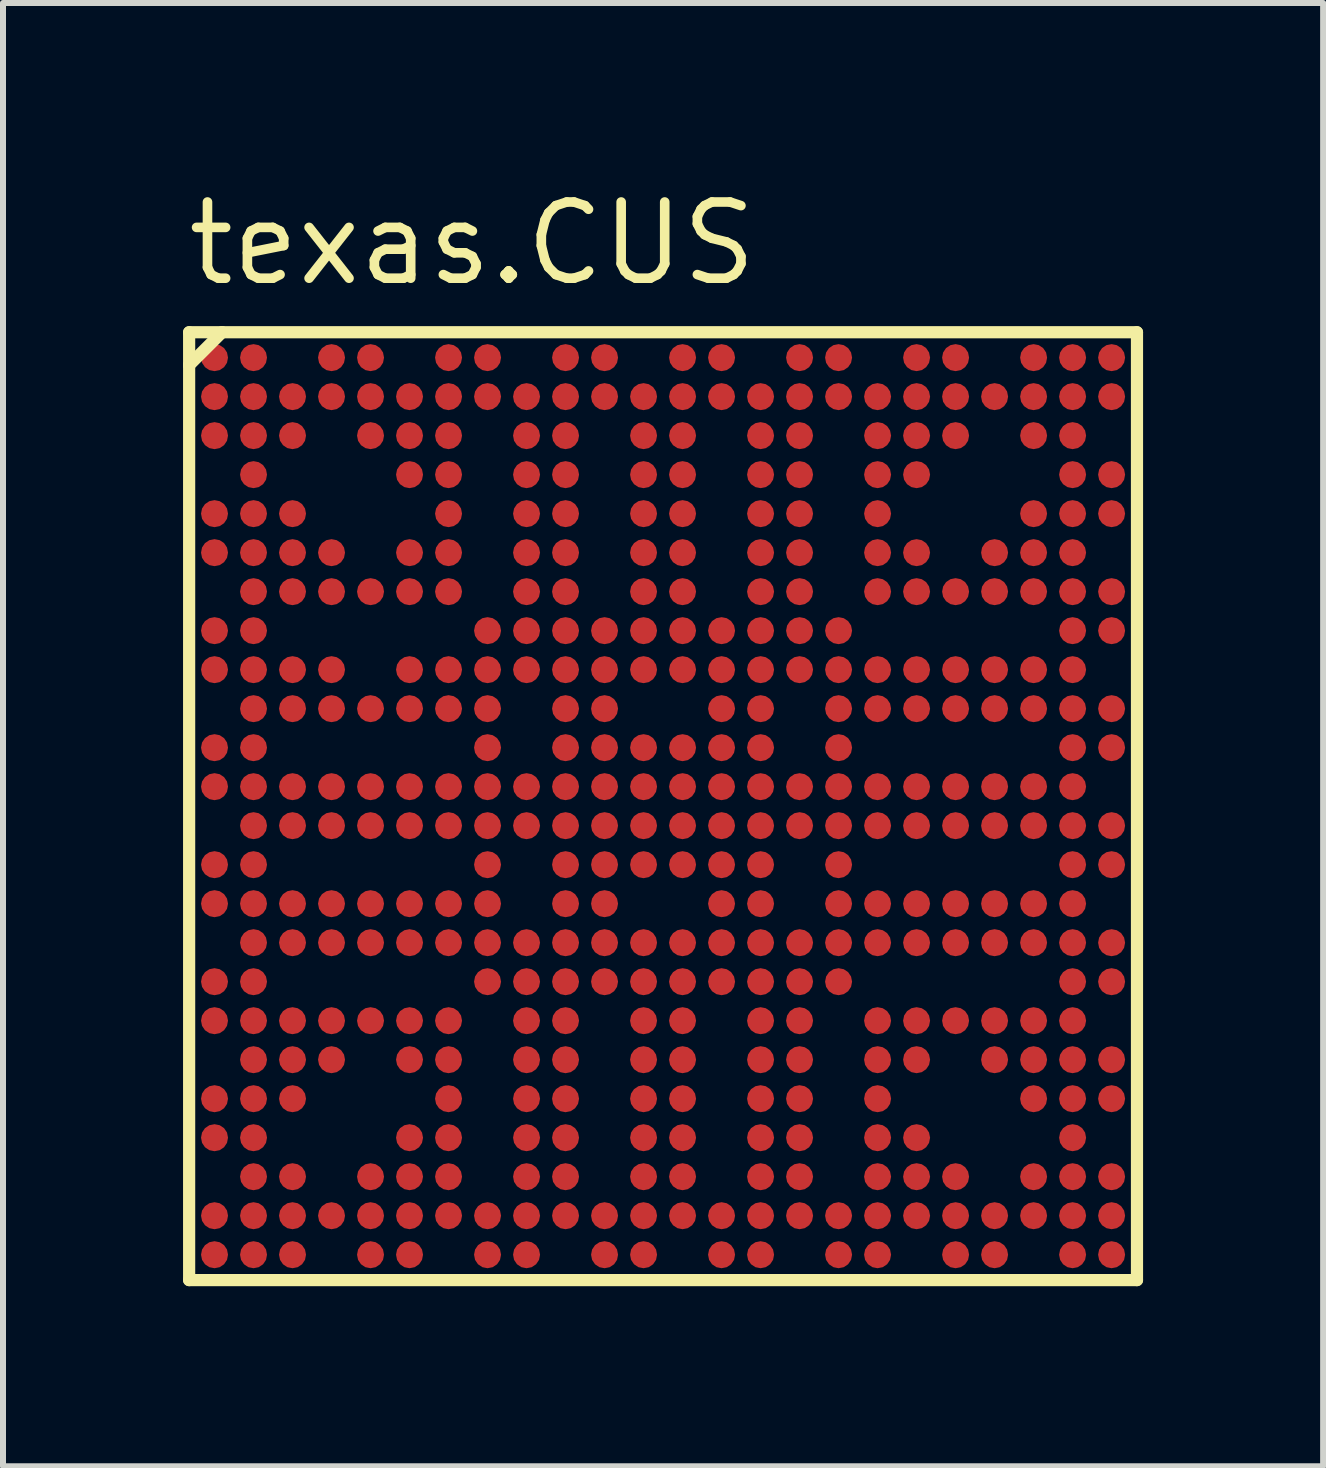
<source format=kicad_pcb>
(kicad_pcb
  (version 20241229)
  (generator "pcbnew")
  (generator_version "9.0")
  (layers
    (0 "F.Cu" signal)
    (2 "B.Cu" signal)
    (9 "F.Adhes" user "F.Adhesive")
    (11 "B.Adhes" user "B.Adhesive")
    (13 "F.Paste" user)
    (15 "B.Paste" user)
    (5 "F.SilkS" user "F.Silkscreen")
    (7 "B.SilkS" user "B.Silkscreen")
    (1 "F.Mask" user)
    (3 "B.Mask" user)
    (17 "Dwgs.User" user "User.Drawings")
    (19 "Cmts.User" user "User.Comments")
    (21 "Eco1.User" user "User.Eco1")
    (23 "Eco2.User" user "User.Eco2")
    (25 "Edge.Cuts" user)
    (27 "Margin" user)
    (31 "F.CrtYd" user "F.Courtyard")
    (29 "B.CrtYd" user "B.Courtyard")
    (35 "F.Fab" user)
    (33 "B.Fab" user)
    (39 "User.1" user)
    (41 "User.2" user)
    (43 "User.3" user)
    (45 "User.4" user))
  (footprint "texas.CUS"
    (layer "F.Cu")
    (at 8 10.385)
    (property "Reference" "texas.CUS" (at -8 -8.635 0) (layer "F.SilkS") (effects (font (size 1.27 1.27) (thickness 0.16)) (justify left bottom)))
    (attr smd)
    (fp_circle (center -7.475 -7.475) (end -7.25 -7.475) (stroke (width 0.1) (type default)) (fill no) (layer "F.Mask"))
    (fp_circle (center -7.475 -6.825) (end -7.25 -6.825) (stroke (width 0.1) (type default)) (fill no) (layer "F.Mask"))
    (fp_circle (center -7.475 -6.175) (end -7.25 -6.175) (stroke (width 0.1) (type default)) (fill no) (layer "F.Mask"))
    (fp_circle (center -7.475 -4.875) (end -7.25 -4.875) (stroke (width 0.1) (type default)) (fill no) (layer "F.Mask"))
    (fp_circle (center -7.475 -4.225) (end -7.25 -4.225) (stroke (width 0.1) (type default)) (fill no) (layer "F.Mask"))
    (fp_circle (center -7.475 -2.925) (end -7.25 -2.925) (stroke (width 0.1) (type default)) (fill no) (layer "F.Mask"))
    (fp_circle (center -7.475 -2.275) (end -7.25 -2.275) (stroke (width 0.1) (type default)) (fill no) (layer "F.Mask"))
    (fp_circle (center -7.475 -0.975) (end -7.25 -0.975) (stroke (width 0.1) (type default)) (fill no) (layer "F.Mask"))
    (fp_circle (center -7.475 -0.325) (end -7.25 -0.325) (stroke (width 0.1) (type default)) (fill no) (layer "F.Mask"))
    (fp_circle (center -7.475 0.975) (end -7.25 0.975) (stroke (width 0.1) (type default)) (fill no) (layer "F.Mask"))
    (fp_circle (center -7.475 1.625) (end -7.25 1.625) (stroke (width 0.1) (type default)) (fill no) (layer "F.Mask"))
    (fp_circle (center -7.475 2.925) (end -7.25 2.925) (stroke (width 0.1) (type default)) (fill no) (layer "F.Mask"))
    (fp_circle (center -7.475 3.575) (end -7.25 3.575) (stroke (width 0.1) (type default)) (fill no) (layer "F.Mask"))
    (fp_circle (center -7.475 4.875) (end -7.25 4.875) (stroke (width 0.1) (type default)) (fill no) (layer "F.Mask"))
    (fp_circle (center -7.475 5.525) (end -7.25 5.525) (stroke (width 0.1) (type default)) (fill no) (layer "F.Mask"))
    (fp_circle (center -7.475 6.825) (end -7.25 6.825) (stroke (width 0.1) (type default)) (fill no) (layer "F.Mask"))
    (fp_circle (center -7.475 7.475) (end -7.25 7.475) (stroke (width 0.1) (type default)) (fill no) (layer "F.Mask"))
    (fp_circle (center -6.825 -7.475) (end -6.6 -7.475) (stroke (width 0.1) (type default)) (fill no) (layer "F.Mask"))
    (fp_circle (center -6.825 -6.825) (end -6.6 -6.825) (stroke (width 0.1) (type default)) (fill no) (layer "F.Mask"))
    (fp_circle (center -6.825 -6.175) (end -6.6 -6.175) (stroke (width 0.1) (type default)) (fill no) (layer "F.Mask"))
    (fp_circle (center -6.825 -5.525) (end -6.6 -5.525) (stroke (width 0.1) (type default)) (fill no) (layer "F.Mask"))
    (fp_circle (center -6.825 -4.875) (end -6.6 -4.875) (stroke (width 0.1) (type default)) (fill no) (layer "F.Mask"))
    (fp_circle (center -6.825 -4.225) (end -6.6 -4.225) (stroke (width 0.1) (type default)) (fill no) (layer "F.Mask"))
    (fp_circle (center -6.825 -3.575) (end -6.6 -3.575) (stroke (width 0.1) (type default)) (fill no) (layer "F.Mask"))
    (fp_circle (center -6.825 -2.925) (end -6.6 -2.925) (stroke (width 0.1) (type default)) (fill no) (layer "F.Mask"))
    (fp_circle (center -6.825 -2.275) (end -6.6 -2.275) (stroke (width 0.1) (type default)) (fill no) (layer "F.Mask"))
    (fp_circle (center -6.825 -1.625) (end -6.6 -1.625) (stroke (width 0.1) (type default)) (fill no) (layer "F.Mask"))
    (fp_circle (center -6.825 -0.975) (end -6.6 -0.975) (stroke (width 0.1) (type default)) (fill no) (layer "F.Mask"))
    (fp_circle (center -6.825 -0.325) (end -6.6 -0.325) (stroke (width 0.1) (type default)) (fill no) (layer "F.Mask"))
    (fp_circle (center -6.825 0.325) (end -6.6 0.325) (stroke (width 0.1) (type default)) (fill no) (layer "F.Mask"))
    (fp_circle (center -6.825 0.975) (end -6.6 0.975) (stroke (width 0.1) (type default)) (fill no) (layer "F.Mask"))
    (fp_circle (center -6.825 1.625) (end -6.6 1.625) (stroke (width 0.1) (type default)) (fill no) (layer "F.Mask"))
    (fp_circle (center -6.825 2.275) (end -6.6 2.275) (stroke (width 0.1) (type default)) (fill no) (layer "F.Mask"))
    (fp_circle (center -6.825 2.925) (end -6.6 2.925) (stroke (width 0.1) (type default)) (fill no) (layer "F.Mask"))
    (fp_circle (center -6.825 3.575) (end -6.6 3.575) (stroke (width 0.1) (type default)) (fill no) (layer "F.Mask"))
    (fp_circle (center -6.825 4.225) (end -6.6 4.225) (stroke (width 0.1) (type default)) (fill no) (layer "F.Mask"))
    (fp_circle (center -6.825 4.875) (end -6.6 4.875) (stroke (width 0.1) (type default)) (fill no) (layer "F.Mask"))
    (fp_circle (center -6.825 5.525) (end -6.6 5.525) (stroke (width 0.1) (type default)) (fill no) (layer "F.Mask"))
    (fp_circle (center -6.825 6.175) (end -6.6 6.175) (stroke (width 0.1) (type default)) (fill no) (layer "F.Mask"))
    (fp_circle (center -6.825 6.825) (end -6.6 6.825) (stroke (width 0.1) (type default)) (fill no) (layer "F.Mask"))
    (fp_circle (center -6.825 7.475) (end -6.6 7.475) (stroke (width 0.1) (type default)) (fill no) (layer "F.Mask"))
    (fp_circle (center -6.175 -6.825) (end -5.95 -6.825) (stroke (width 0.1) (type default)) (fill no) (layer "F.Mask"))
    (fp_circle (center -6.175 -6.175) (end -5.95 -6.175) (stroke (width 0.1) (type default)) (fill no) (layer "F.Mask"))
    (fp_circle (center -6.175 -4.875) (end -5.95 -4.875) (stroke (width 0.1) (type default)) (fill no) (layer "F.Mask"))
    (fp_circle (center -6.175 -4.225) (end -5.95 -4.225) (stroke (width 0.1) (type default)) (fill no) (layer "F.Mask"))
    (fp_circle (center -6.175 -3.575) (end -5.95 -3.575) (stroke (width 0.1) (type default)) (fill no) (layer "F.Mask"))
    (fp_circle (center -6.175 -2.275) (end -5.95 -2.275) (stroke (width 0.1) (type default)) (fill no) (layer "F.Mask"))
    (fp_circle (center -6.175 -1.625) (end -5.95 -1.625) (stroke (width 0.1) (type default)) (fill no) (layer "F.Mask"))
    (fp_circle (center -6.175 -0.325) (end -5.95 -0.325) (stroke (width 0.1) (type default)) (fill no) (layer "F.Mask"))
    (fp_circle (center -6.175 0.325) (end -5.95 0.325) (stroke (width 0.1) (type default)) (fill no) (layer "F.Mask"))
    (fp_circle (center -6.175 1.625) (end -5.95 1.625) (stroke (width 0.1) (type default)) (fill no) (layer "F.Mask"))
    (fp_circle (center -6.175 2.275) (end -5.95 2.275) (stroke (width 0.1) (type default)) (fill no) (layer "F.Mask"))
    (fp_circle (center -6.175 3.575) (end -5.95 3.575) (stroke (width 0.1) (type default)) (fill no) (layer "F.Mask"))
    (fp_circle (center -6.175 4.225) (end -5.95 4.225) (stroke (width 0.1) (type default)) (fill no) (layer "F.Mask"))
    (fp_circle (center -6.175 4.875) (end -5.95 4.875) (stroke (width 0.1) (type default)) (fill no) (layer "F.Mask"))
    (fp_circle (center -6.175 6.175) (end -5.95 6.175) (stroke (width 0.1) (type default)) (fill no) (layer "F.Mask"))
    (fp_circle (center -6.175 6.825) (end -5.95 6.825) (stroke (width 0.1) (type default)) (fill no) (layer "F.Mask"))
    (fp_circle (center -6.175 7.475) (end -5.95 7.475) (stroke (width 0.1) (type default)) (fill no) (layer "F.Mask"))
    (fp_circle (center -5.525 -7.475) (end -5.3 -7.475) (stroke (width 0.1) (type default)) (fill no) (layer "F.Mask"))
    (fp_circle (center -5.525 -6.825) (end -5.3 -6.825) (stroke (width 0.1) (type default)) (fill no) (layer "F.Mask"))
    (fp_circle (center -5.525 -4.225) (end -5.3 -4.225) (stroke (width 0.1) (type default)) (fill no) (layer "F.Mask"))
    (fp_circle (center -5.525 -3.575) (end -5.3 -3.575) (stroke (width 0.1) (type default)) (fill no) (layer "F.Mask"))
    (fp_circle (center -5.525 -2.275) (end -5.3 -2.275) (stroke (width 0.1) (type default)) (fill no) (layer "F.Mask"))
    (fp_circle (center -5.525 -1.625) (end -5.3 -1.625) (stroke (width 0.1) (type default)) (fill no) (layer "F.Mask"))
    (fp_circle (center -5.525 -0.325) (end -5.3 -0.325) (stroke (width 0.1) (type default)) (fill no) (layer "F.Mask"))
    (fp_circle (center -5.525 0.325) (end -5.3 0.325) (stroke (width 0.1) (type default)) (fill no) (layer "F.Mask"))
    (fp_circle (center -5.525 1.625) (end -5.3 1.625) (stroke (width 0.1) (type default)) (fill no) (layer "F.Mask"))
    (fp_circle (center -5.525 2.275) (end -5.3 2.275) (stroke (width 0.1) (type default)) (fill no) (layer "F.Mask"))
    (fp_circle (center -5.525 3.575) (end -5.3 3.575) (stroke (width 0.1) (type default)) (fill no) (layer "F.Mask"))
    (fp_circle (center -5.525 4.225) (end -5.3 4.225) (stroke (width 0.1) (type default)) (fill no) (layer "F.Mask"))
    (fp_circle (center -5.525 6.825) (end -5.3 6.825) (stroke (width 0.1) (type default)) (fill no) (layer "F.Mask"))
    (fp_circle (center -4.875 -7.475) (end -4.65 -7.475) (stroke (width 0.1) (type default)) (fill no) (layer "F.Mask"))
    (fp_circle (center -4.875 -6.825) (end -4.65 -6.825) (stroke (width 0.1) (type default)) (fill no) (layer "F.Mask"))
    (fp_circle (center -4.875 -6.175) (end -4.65 -6.175) (stroke (width 0.1) (type default)) (fill no) (layer "F.Mask"))
    (fp_circle (center -4.875 -3.575) (end -4.65 -3.575) (stroke (width 0.1) (type default)) (fill no) (layer "F.Mask"))
    (fp_circle (center -4.875 -1.625) (end -4.65 -1.625) (stroke (width 0.1) (type default)) (fill no) (layer "F.Mask"))
    (fp_circle (center -4.875 -0.325) (end -4.65 -0.325) (stroke (width 0.1) (type default)) (fill no) (layer "F.Mask"))
    (fp_circle (center -4.875 0.325) (end -4.65 0.325) (stroke (width 0.1) (type default)) (fill no) (layer "F.Mask"))
    (fp_circle (center -4.875 1.625) (end -4.65 1.625) (stroke (width 0.1) (type default)) (fill no) (layer "F.Mask"))
    (fp_circle (center -4.875 2.275) (end -4.65 2.275) (stroke (width 0.1) (type default)) (fill no) (layer "F.Mask"))
    (fp_circle (center -4.875 3.575) (end -4.65 3.575) (stroke (width 0.1) (type default)) (fill no) (layer "F.Mask"))
    (fp_circle (center -4.875 6.175) (end -4.65 6.175) (stroke (width 0.1) (type default)) (fill no) (layer "F.Mask"))
    (fp_circle (center -4.875 6.825) (end -4.65 6.825) (stroke (width 0.1) (type default)) (fill no) (layer "F.Mask"))
    (fp_circle (center -4.875 7.475) (end -4.65 7.475) (stroke (width 0.1) (type default)) (fill no) (layer "F.Mask"))
    (fp_circle (center -4.225 -6.825) (end -4 -6.825) (stroke (width 0.1) (type default)) (fill no) (layer "F.Mask"))
    (fp_circle (center -4.225 -6.175) (end -4 -6.175) (stroke (width 0.1) (type default)) (fill no) (layer "F.Mask"))
    (fp_circle (center -4.225 -5.525) (end -4 -5.525) (stroke (width 0.1) (type default)) (fill no) (layer "F.Mask"))
    (fp_circle (center -4.225 -4.225) (end -4 -4.225) (stroke (width 0.1) (type default)) (fill no) (layer "F.Mask"))
    (fp_circle (center -4.225 -3.575) (end -4 -3.575) (stroke (width 0.1) (type default)) (fill no) (layer "F.Mask"))
    (fp_circle (center -4.225 -2.275) (end -4 -2.275) (stroke (width 0.1) (type default)) (fill no) (layer "F.Mask"))
    (fp_circle (center -4.225 -1.625) (end -4 -1.625) (stroke (width 0.1) (type default)) (fill no) (layer "F.Mask"))
    (fp_circle (center -4.225 -0.325) (end -4 -0.325) (stroke (width 0.1) (type default)) (fill no) (layer "F.Mask"))
    (fp_circle (center -4.225 0.325) (end -4 0.325) (stroke (width 0.1) (type default)) (fill no) (layer "F.Mask"))
    (fp_circle (center -4.225 1.625) (end -4 1.625) (stroke (width 0.1) (type default)) (fill no) (layer "F.Mask"))
    (fp_circle (center -4.225 2.275) (end -4 2.275) (stroke (width 0.1) (type default)) (fill no) (layer "F.Mask"))
    (fp_circle (center -4.225 3.575) (end -4 3.575) (stroke (width 0.1) (type default)) (fill no) (layer "F.Mask"))
    (fp_circle (center -4.225 4.225) (end -4 4.225) (stroke (width 0.1) (type default)) (fill no) (layer "F.Mask"))
    (fp_circle (center -4.225 5.525) (end -4 5.525) (stroke (width 0.1) (type default)) (fill no) (layer "F.Mask"))
    (fp_circle (center -4.225 6.175) (end -4 6.175) (stroke (width 0.1) (type default)) (fill no) (layer "F.Mask"))
    (fp_circle (center -4.225 6.825) (end -4 6.825) (stroke (width 0.1) (type default)) (fill no) (layer "F.Mask"))
    (fp_circle (center -4.225 7.475) (end -4 7.475) (stroke (width 0.1) (type default)) (fill no) (layer "F.Mask"))
    (fp_circle (center -3.575 -7.475) (end -3.35 -7.475) (stroke (width 0.1) (type default)) (fill no) (layer "F.Mask"))
    (fp_circle (center -3.575 -6.825) (end -3.35 -6.825) (stroke (width 0.1) (type default)) (fill no) (layer "F.Mask"))
    (fp_circle (center -3.575 -6.175) (end -3.35 -6.175) (stroke (width 0.1) (type default)) (fill no) (layer "F.Mask"))
    (fp_circle (center -3.575 -5.525) (end -3.35 -5.525) (stroke (width 0.1) (type default)) (fill no) (layer "F.Mask"))
    (fp_circle (center -3.575 -4.875) (end -3.35 -4.875) (stroke (width 0.1) (type default)) (fill no) (layer "F.Mask"))
    (fp_circle (center -3.575 -4.225) (end -3.35 -4.225) (stroke (width 0.1) (type default)) (fill no) (layer "F.Mask"))
    (fp_circle (center -3.575 -3.575) (end -3.35 -3.575) (stroke (width 0.1) (type default)) (fill no) (layer "F.Mask"))
    (fp_circle (center -3.575 -2.275) (end -3.35 -2.275) (stroke (width 0.1) (type default)) (fill no) (layer "F.Mask"))
    (fp_circle (center -3.575 -1.625) (end -3.35 -1.625) (stroke (width 0.1) (type default)) (fill no) (layer "F.Mask"))
    (fp_circle (center -3.575 -0.325) (end -3.35 -0.325) (stroke (width 0.1) (type default)) (fill no) (layer "F.Mask"))
    (fp_circle (center -3.575 0.325) (end -3.35 0.325) (stroke (width 0.1) (type default)) (fill no) (layer "F.Mask"))
    (fp_circle (center -3.575 1.625) (end -3.35 1.625) (stroke (width 0.1) (type default)) (fill no) (layer "F.Mask"))
    (fp_circle (center -3.575 2.275) (end -3.35 2.275) (stroke (width 0.1) (type default)) (fill no) (layer "F.Mask"))
    (fp_circle (center -3.575 3.575) (end -3.35 3.575) (stroke (width 0.1) (type default)) (fill no) (layer "F.Mask"))
    (fp_circle (center -3.575 4.225) (end -3.35 4.225) (stroke (width 0.1) (type default)) (fill no) (layer "F.Mask"))
    (fp_circle (center -3.575 4.875) (end -3.35 4.875) (stroke (width 0.1) (type default)) (fill no) (layer "F.Mask"))
    (fp_circle (center -3.575 5.525) (end -3.35 5.525) (stroke (width 0.1) (type default)) (fill no) (layer "F.Mask"))
    (fp_circle (center -3.575 6.175) (end -3.35 6.175) (stroke (width 0.1) (type default)) (fill no) (layer "F.Mask"))
    (fp_circle (center -3.575 6.825) (end -3.35 6.825) (stroke (width 0.1) (type default)) (fill no) (layer "F.Mask"))
    (fp_circle (center -2.925 -7.475) (end -2.7 -7.475) (stroke (width 0.1) (type default)) (fill no) (layer "F.Mask"))
    (fp_circle (center -2.925 -6.825) (end -2.7 -6.825) (stroke (width 0.1) (type default)) (fill no) (layer "F.Mask"))
    (fp_circle (center -2.925 -2.925) (end -2.7 -2.925) (stroke (width 0.1) (type default)) (fill no) (layer "F.Mask"))
    (fp_circle (center -2.925 -2.275) (end -2.7 -2.275) (stroke (width 0.1) (type default)) (fill no) (layer "F.Mask"))
    (fp_circle (center -2.925 -1.625) (end -2.7 -1.625) (stroke (width 0.1) (type default)) (fill no) (layer "F.Mask"))
    (fp_circle (center -2.925 -0.975) (end -2.7 -0.975) (stroke (width 0.1) (type default)) (fill no) (layer "F.Mask"))
    (fp_circle (center -2.925 -0.325) (end -2.7 -0.325) (stroke (width 0.1) (type default)) (fill no) (layer "F.Mask"))
    (fp_circle (center -2.925 0.325) (end -2.7 0.325) (stroke (width 0.1) (type default)) (fill no) (layer "F.Mask"))
    (fp_circle (center -2.925 0.975) (end -2.7 0.975) (stroke (width 0.1) (type default)) (fill no) (layer "F.Mask"))
    (fp_circle (center -2.925 1.625) (end -2.7 1.625) (stroke (width 0.1) (type default)) (fill no) (layer "F.Mask"))
    (fp_circle (center -2.925 2.275) (end -2.7 2.275) (stroke (width 0.1) (type default)) (fill no) (layer "F.Mask"))
    (fp_circle (center -2.925 2.925) (end -2.7 2.925) (stroke (width 0.1) (type default)) (fill no) (layer "F.Mask"))
    (fp_circle (center -2.925 6.825) (end -2.7 6.825) (stroke (width 0.1) (type default)) (fill no) (layer "F.Mask"))
    (fp_circle (center -2.925 7.475) (end -2.7 7.475) (stroke (width 0.1) (type default)) (fill no) (layer "F.Mask"))
    (fp_circle (center -2.275 -6.825) (end -2.05 -6.825) (stroke (width 0.1) (type default)) (fill no) (layer "F.Mask"))
    (fp_circle (center -2.275 -6.175) (end -2.05 -6.175) (stroke (width 0.1) (type default)) (fill no) (layer "F.Mask"))
    (fp_circle (center -2.275 -5.525) (end -2.05 -5.525) (stroke (width 0.1) (type default)) (fill no) (layer "F.Mask"))
    (fp_circle (center -2.275 -4.875) (end -2.05 -4.875) (stroke (width 0.1) (type default)) (fill no) (layer "F.Mask"))
    (fp_circle (center -2.275 -4.225) (end -2.05 -4.225) (stroke (width 0.1) (type default)) (fill no) (layer "F.Mask"))
    (fp_circle (center -2.275 -3.575) (end -2.05 -3.575) (stroke (width 0.1) (type default)) (fill no) (layer "F.Mask"))
    (fp_circle (center -2.275 -2.925) (end -2.05 -2.925) (stroke (width 0.1) (type default)) (fill no) (layer "F.Mask"))
    (fp_circle (center -2.275 -2.275) (end -2.05 -2.275) (stroke (width 0.1) (type default)) (fill no) (layer "F.Mask"))
    (fp_circle (center -2.275 -0.325) (end -2.05 -0.325) (stroke (width 0.1) (type default)) (fill no) (layer "F.Mask"))
    (fp_circle (center -2.275 0.325) (end -2.05 0.325) (stroke (width 0.1) (type default)) (fill no) (layer "F.Mask"))
    (fp_circle (center -2.275 2.275) (end -2.05 2.275) (stroke (width 0.1) (type default)) (fill no) (layer "F.Mask"))
    (fp_circle (center -2.275 2.925) (end -2.05 2.925) (stroke (width 0.1) (type default)) (fill no) (layer "F.Mask"))
    (fp_circle (center -2.275 3.575) (end -2.05 3.575) (stroke (width 0.1) (type default)) (fill no) (layer "F.Mask"))
    (fp_circle (center -2.275 4.225) (end -2.05 4.225) (stroke (width 0.1) (type default)) (fill no) (layer "F.Mask"))
    (fp_circle (center -2.275 4.875) (end -2.05 4.875) (stroke (width 0.1) (type default)) (fill no) (layer "F.Mask"))
    (fp_circle (center -2.275 5.525) (end -2.05 5.525) (stroke (width 0.1) (type default)) (fill no) (layer "F.Mask"))
    (fp_circle (center -2.275 6.175) (end -2.05 6.175) (stroke (width 0.1) (type default)) (fill no) (layer "F.Mask"))
    (fp_circle (center -2.275 6.825) (end -2.05 6.825) (stroke (width 0.1) (type default)) (fill no) (layer "F.Mask"))
    (fp_circle (center -2.275 7.475) (end -2.05 7.475) (stroke (width 0.1) (type default)) (fill no) (layer "F.Mask"))
    (fp_circle (center -1.625 -7.475) (end -1.4 -7.475) (stroke (width 0.1) (type default)) (fill no) (layer "F.Mask"))
    (fp_circle (center -1.625 -6.825) (end -1.4 -6.825) (stroke (width 0.1) (type default)) (fill no) (layer "F.Mask"))
    (fp_circle (center -1.625 -6.175) (end -1.4 -6.175) (stroke (width 0.1) (type default)) (fill no) (layer "F.Mask"))
    (fp_circle (center -1.625 -5.525) (end -1.4 -5.525) (stroke (width 0.1) (type default)) (fill no) (layer "F.Mask"))
    (fp_circle (center -1.625 -4.875) (end -1.4 -4.875) (stroke (width 0.1) (type default)) (fill no) (layer "F.Mask"))
    (fp_circle (center -1.625 -4.225) (end -1.4 -4.225) (stroke (width 0.1) (type default)) (fill no) (layer "F.Mask"))
    (fp_circle (center -1.625 -3.575) (end -1.4 -3.575) (stroke (width 0.1) (type default)) (fill no) (layer "F.Mask"))
    (fp_circle (center -1.625 -2.925) (end -1.4 -2.925) (stroke (width 0.1) (type default)) (fill no) (layer "F.Mask"))
    (fp_circle (center -1.625 -2.275) (end -1.4 -2.275) (stroke (width 0.1) (type default)) (fill no) (layer "F.Mask"))
    (fp_circle (center -1.625 -1.625) (end -1.4 -1.625) (stroke (width 0.1) (type default)) (fill no) (layer "F.Mask"))
    (fp_circle (center -1.625 -0.975) (end -1.4 -0.975) (stroke (width 0.1) (type default)) (fill no) (layer "F.Mask"))
    (fp_circle (center -1.625 -0.325) (end -1.4 -0.325) (stroke (width 0.1) (type default)) (fill no) (layer "F.Mask"))
    (fp_circle (center -1.625 0.325) (end -1.4 0.325) (stroke (width 0.1) (type default)) (fill no) (layer "F.Mask"))
    (fp_circle (center -1.625 0.975) (end -1.4 0.975) (stroke (width 0.1) (type default)) (fill no) (layer "F.Mask"))
    (fp_circle (center -1.625 1.625) (end -1.4 1.625) (stroke (width 0.1) (type default)) (fill no) (layer "F.Mask"))
    (fp_circle (center -1.625 2.275) (end -1.4 2.275) (stroke (width 0.1) (type default)) (fill no) (layer "F.Mask"))
    (fp_circle (center -1.625 2.925) (end -1.4 2.925) (stroke (width 0.1) (type default)) (fill no) (layer "F.Mask"))
    (fp_circle (center -1.625 3.575) (end -1.4 3.575) (stroke (width 0.1) (type default)) (fill no) (layer "F.Mask"))
    (fp_circle (center -1.625 4.225) (end -1.4 4.225) (stroke (width 0.1) (type default)) (fill no) (layer "F.Mask"))
    (fp_circle (center -1.625 4.875) (end -1.4 4.875) (stroke (width 0.1) (type default)) (fill no) (layer "F.Mask"))
    (fp_circle (center -1.625 5.525) (end -1.4 5.525) (stroke (width 0.1) (type default)) (fill no) (layer "F.Mask"))
    (fp_circle (center -1.625 6.175) (end -1.4 6.175) (stroke (width 0.1) (type default)) (fill no) (layer "F.Mask"))
    (fp_circle (center -1.625 6.825) (end -1.4 6.825) (stroke (width 0.1) (type default)) (fill no) (layer "F.Mask"))
    (fp_circle (center -0.975 -7.475) (end -0.75 -7.475) (stroke (width 0.1) (type default)) (fill no) (layer "F.Mask"))
    (fp_circle (center -0.975 -6.825) (end -0.75 -6.825) (stroke (width 0.1) (type default)) (fill no) (layer "F.Mask"))
    (fp_circle (center -0.975 -2.925) (end -0.75 -2.925) (stroke (width 0.1) (type default)) (fill no) (layer "F.Mask"))
    (fp_circle (center -0.975 -2.275) (end -0.75 -2.275) (stroke (width 0.1) (type default)) (fill no) (layer "F.Mask"))
    (fp_circle (center -0.975 -1.625) (end -0.75 -1.625) (stroke (width 0.1) (type default)) (fill no) (layer "F.Mask"))
    (fp_circle (center -0.975 -0.975) (end -0.75 -0.975) (stroke (width 0.1) (type default)) (fill no) (layer "F.Mask"))
    (fp_circle (center -0.975 -0.325) (end -0.75 -0.325) (stroke (width 0.1) (type default)) (fill no) (layer "F.Mask"))
    (fp_circle (center -0.975 0.325) (end -0.75 0.325) (stroke (width 0.1) (type default)) (fill no) (layer "F.Mask"))
    (fp_circle (center -0.975 0.975) (end -0.75 0.975) (stroke (width 0.1) (type default)) (fill no) (layer "F.Mask"))
    (fp_circle (center -0.975 1.625) (end -0.75 1.625) (stroke (width 0.1) (type default)) (fill no) (layer "F.Mask"))
    (fp_circle (center -0.975 2.275) (end -0.75 2.275) (stroke (width 0.1) (type default)) (fill no) (layer "F.Mask"))
    (fp_circle (center -0.975 2.925) (end -0.75 2.925) (stroke (width 0.1) (type default)) (fill no) (layer "F.Mask"))
    (fp_circle (center -0.975 6.825) (end -0.75 6.825) (stroke (width 0.1) (type default)) (fill no) (layer "F.Mask"))
    (fp_circle (center -0.975 7.475) (end -0.75 7.475) (stroke (width 0.1) (type default)) (fill no) (layer "F.Mask"))
    (fp_circle (center -0.325 -6.825) (end -0.1 -6.825) (stroke (width 0.1) (type default)) (fill no) (layer "F.Mask"))
    (fp_circle (center -0.325 -6.175) (end -0.1 -6.175) (stroke (width 0.1) (type default)) (fill no) (layer "F.Mask"))
    (fp_circle (center -0.325 -5.525) (end -0.1 -5.525) (stroke (width 0.1) (type default)) (fill no) (layer "F.Mask"))
    (fp_circle (center -0.325 -4.875) (end -0.1 -4.875) (stroke (width 0.1) (type default)) (fill no) (layer "F.Mask"))
    (fp_circle (center -0.325 -4.225) (end -0.1 -4.225) (stroke (width 0.1) (type default)) (fill no) (layer "F.Mask"))
    (fp_circle (center -0.325 -3.575) (end -0.1 -3.575) (stroke (width 0.1) (type default)) (fill no) (layer "F.Mask"))
    (fp_circle (center -0.325 -2.925) (end -0.1 -2.925) (stroke (width 0.1) (type default)) (fill no) (layer "F.Mask"))
    (fp_circle (center -0.325 -2.275) (end -0.1 -2.275) (stroke (width 0.1) (type default)) (fill no) (layer "F.Mask"))
    (fp_circle (center -0.325 -0.975) (end -0.1 -0.975) (stroke (width 0.1) (type default)) (fill no) (layer "F.Mask"))
    (fp_circle (center -0.325 -0.325) (end -0.1 -0.325) (stroke (width 0.1) (type default)) (fill no) (layer "F.Mask"))
    (fp_circle (center -0.325 0.325) (end -0.1 0.325) (stroke (width 0.1) (type default)) (fill no) (layer "F.Mask"))
    (fp_circle (center -0.325 0.975) (end -0.1 0.975) (stroke (width 0.1) (type default)) (fill no) (layer "F.Mask"))
    (fp_circle (center -0.325 2.275) (end -0.1 2.275) (stroke (width 0.1) (type default)) (fill no) (layer "F.Mask"))
    (fp_circle (center -0.325 2.925) (end -0.1 2.925) (stroke (width 0.1) (type default)) (fill no) (layer "F.Mask"))
    (fp_circle (center -0.325 3.575) (end -0.1 3.575) (stroke (width 0.1) (type default)) (fill no) (layer "F.Mask"))
    (fp_circle (center -0.325 4.225) (end -0.1 4.225) (stroke (width 0.1) (type default)) (fill no) (layer "F.Mask"))
    (fp_circle (center -0.325 4.875) (end -0.1 4.875) (stroke (width 0.1) (type default)) (fill no) (layer "F.Mask"))
    (fp_circle (center -0.325 5.525) (end -0.1 5.525) (stroke (width 0.1) (type default)) (fill no) (layer "F.Mask"))
    (fp_circle (center -0.325 6.175) (end -0.1 6.175) (stroke (width 0.1) (type default)) (fill no) (layer "F.Mask"))
    (fp_circle (center -0.325 6.825) (end -0.1 6.825) (stroke (width 0.1) (type default)) (fill no) (layer "F.Mask"))
    (fp_circle (center -0.325 7.475) (end -0.1 7.475) (stroke (width 0.1) (type default)) (fill no) (layer "F.Mask"))
    (fp_circle (center 0.325 -7.475) (end 0.55 -7.475) (stroke (width 0.1) (type default)) (fill no) (layer "F.Mask"))
    (fp_circle (center 0.325 -6.825) (end 0.55 -6.825) (stroke (width 0.1) (type default)) (fill no) (layer "F.Mask"))
    (fp_circle (center 0.325 -6.175) (end 0.55 -6.175) (stroke (width 0.1) (type default)) (fill no) (layer "F.Mask"))
    (fp_circle (center 0.325 -5.525) (end 0.55 -5.525) (stroke (width 0.1) (type default)) (fill no) (layer "F.Mask"))
    (fp_circle (center 0.325 -4.875) (end 0.55 -4.875) (stroke (width 0.1) (type default)) (fill no) (layer "F.Mask"))
    (fp_circle (center 0.325 -4.225) (end 0.55 -4.225) (stroke (width 0.1) (type default)) (fill no) (layer "F.Mask"))
    (fp_circle (center 0.325 -3.575) (end 0.55 -3.575) (stroke (width 0.1) (type default)) (fill no) (layer "F.Mask"))
    (fp_circle (center 0.325 -2.925) (end 0.55 -2.925) (stroke (width 0.1) (type default)) (fill no) (layer "F.Mask"))
    (fp_circle (center 0.325 -2.275) (end 0.55 -2.275) (stroke (width 0.1) (type default)) (fill no) (layer "F.Mask"))
    (fp_circle (center 0.325 -0.975) (end 0.55 -0.975) (stroke (width 0.1) (type default)) (fill no) (layer "F.Mask"))
    (fp_circle (center 0.325 -0.325) (end 0.55 -0.325) (stroke (width 0.1) (type default)) (fill no) (layer "F.Mask"))
    (fp_circle (center 0.325 0.325) (end 0.55 0.325) (stroke (width 0.1) (type default)) (fill no) (layer "F.Mask"))
    (fp_circle (center 0.325 0.975) (end 0.55 0.975) (stroke (width 0.1) (type default)) (fill no) (layer "F.Mask"))
    (fp_circle (center 0.325 2.275) (end 0.55 2.275) (stroke (width 0.1) (type default)) (fill no) (layer "F.Mask"))
    (fp_circle (center 0.325 2.925) (end 0.55 2.925) (stroke (width 0.1) (type default)) (fill no) (layer "F.Mask"))
    (fp_circle (center 0.325 3.575) (end 0.55 3.575) (stroke (width 0.1) (type default)) (fill no) (layer "F.Mask"))
    (fp_circle (center 0.325 4.225) (end 0.55 4.225) (stroke (width 0.1) (type default)) (fill no) (layer "F.Mask"))
    (fp_circle (center 0.325 4.875) (end 0.55 4.875) (stroke (width 0.1) (type default)) (fill no) (layer "F.Mask"))
    (fp_circle (center 0.325 5.525) (end 0.55 5.525) (stroke (width 0.1) (type default)) (fill no) (layer "F.Mask"))
    (fp_circle (center 0.325 6.175) (end 0.55 6.175) (stroke (width 0.1) (type default)) (fill no) (layer "F.Mask"))
    (fp_circle (center 0.325 6.825) (end 0.55 6.825) (stroke (width 0.1) (type default)) (fill no) (layer "F.Mask"))
    (fp_circle (center 0.975 -7.475) (end 1.2 -7.475) (stroke (width 0.1) (type default)) (fill no) (layer "F.Mask"))
    (fp_circle (center 0.975 -6.825) (end 1.2 -6.825) (stroke (width 0.1) (type default)) (fill no) (layer "F.Mask"))
    (fp_circle (center 0.975 -2.925) (end 1.2 -2.925) (stroke (width 0.1) (type default)) (fill no) (layer "F.Mask"))
    (fp_circle (center 0.975 -2.275) (end 1.2 -2.275) (stroke (width 0.1) (type default)) (fill no) (layer "F.Mask"))
    (fp_circle (center 0.975 -1.625) (end 1.2 -1.625) (stroke (width 0.1) (type default)) (fill no) (layer "F.Mask"))
    (fp_circle (center 0.975 -0.975) (end 1.2 -0.975) (stroke (width 0.1) (type default)) (fill no) (layer "F.Mask"))
    (fp_circle (center 0.975 -0.325) (end 1.2 -0.325) (stroke (width 0.1) (type default)) (fill no) (layer "F.Mask"))
    (fp_circle (center 0.975 0.325) (end 1.2 0.325) (stroke (width 0.1) (type default)) (fill no) (layer "F.Mask"))
    (fp_circle (center 0.975 0.975) (end 1.2 0.975) (stroke (width 0.1) (type default)) (fill no) (layer "F.Mask"))
    (fp_circle (center 0.975 1.625) (end 1.2 1.625) (stroke (width 0.1) (type default)) (fill no) (layer "F.Mask"))
    (fp_circle (center 0.975 2.275) (end 1.2 2.275) (stroke (width 0.1) (type default)) (fill no) (layer "F.Mask"))
    (fp_circle (center 0.975 2.925) (end 1.2 2.925) (stroke (width 0.1) (type default)) (fill no) (layer "F.Mask"))
    (fp_circle (center 0.975 6.825) (end 1.2 6.825) (stroke (width 0.1) (type default)) (fill no) (layer "F.Mask"))
    (fp_circle (center 0.975 7.475) (end 1.2 7.475) (stroke (width 0.1) (type default)) (fill no) (layer "F.Mask"))
    (fp_circle (center 1.625 -6.825) (end 1.85 -6.825) (stroke (width 0.1) (type default)) (fill no) (layer "F.Mask"))
    (fp_circle (center 1.625 -6.175) (end 1.85 -6.175) (stroke (width 0.1) (type default)) (fill no) (layer "F.Mask"))
    (fp_circle (center 1.625 -5.525) (end 1.85 -5.525) (stroke (width 0.1) (type default)) (fill no) (layer "F.Mask"))
    (fp_circle (center 1.625 -4.875) (end 1.85 -4.875) (stroke (width 0.1) (type default)) (fill no) (layer "F.Mask"))
    (fp_circle (center 1.625 -4.225) (end 1.85 -4.225) (stroke (width 0.1) (type default)) (fill no) (layer "F.Mask"))
    (fp_circle (center 1.625 -3.575) (end 1.85 -3.575) (stroke (width 0.1) (type default)) (fill no) (layer "F.Mask"))
    (fp_circle (center 1.625 -2.925) (end 1.85 -2.925) (stroke (width 0.1) (type default)) (fill no) (layer "F.Mask"))
    (fp_circle (center 1.625 -2.275) (end 1.85 -2.275) (stroke (width 0.1) (type default)) (fill no) (layer "F.Mask"))
    (fp_circle (center 1.625 -1.625) (end 1.85 -1.625) (stroke (width 0.1) (type default)) (fill no) (layer "F.Mask"))
    (fp_circle (center 1.625 -0.975) (end 1.85 -0.975) (stroke (width 0.1) (type default)) (fill no) (layer "F.Mask"))
    (fp_circle (center 1.625 -0.325) (end 1.85 -0.325) (stroke (width 0.1) (type default)) (fill no) (layer "F.Mask"))
    (fp_circle (center 1.625 0.325) (end 1.85 0.325) (stroke (width 0.1) (type default)) (fill no) (layer "F.Mask"))
    (fp_circle (center 1.625 0.975) (end 1.85 0.975) (stroke (width 0.1) (type default)) (fill no) (layer "F.Mask"))
    (fp_circle (center 1.625 1.625) (end 1.85 1.625) (stroke (width 0.1) (type default)) (fill no) (layer "F.Mask"))
    (fp_circle (center 1.625 2.275) (end 1.85 2.275) (stroke (width 0.1) (type default)) (fill no) (layer "F.Mask"))
    (fp_circle (center 1.625 2.925) (end 1.85 2.925) (stroke (width 0.1) (type default)) (fill no) (layer "F.Mask"))
    (fp_circle (center 1.625 3.575) (end 1.85 3.575) (stroke (width 0.1) (type default)) (fill no) (layer "F.Mask"))
    (fp_circle (center 1.625 4.225) (end 1.85 4.225) (stroke (width 0.1) (type default)) (fill no) (layer "F.Mask"))
    (fp_circle (center 1.625 4.875) (end 1.85 4.875) (stroke (width 0.1) (type default)) (fill no) (layer "F.Mask"))
    (fp_circle (center 1.625 5.525) (end 1.85 5.525) (stroke (width 0.1) (type default)) (fill no) (layer "F.Mask"))
    (fp_circle (center 1.625 6.175) (end 1.85 6.175) (stroke (width 0.1) (type default)) (fill no) (layer "F.Mask"))
    (fp_circle (center 1.625 6.825) (end 1.85 6.825) (stroke (width 0.1) (type default)) (fill no) (layer "F.Mask"))
    (fp_circle (center 1.625 7.475) (end 1.85 7.475) (stroke (width 0.1) (type default)) (fill no) (layer "F.Mask"))
    (fp_circle (center 2.275 -7.475) (end 2.5 -7.475) (stroke (width 0.1) (type default)) (fill no) (layer "F.Mask"))
    (fp_circle (center 2.275 -6.825) (end 2.5 -6.825) (stroke (width 0.1) (type default)) (fill no) (layer "F.Mask"))
    (fp_circle (center 2.275 -6.175) (end 2.5 -6.175) (stroke (width 0.1) (type default)) (fill no) (layer "F.Mask"))
    (fp_circle (center 2.275 -5.525) (end 2.5 -5.525) (stroke (width 0.1) (type default)) (fill no) (layer "F.Mask"))
    (fp_circle (center 2.275 -4.875) (end 2.5 -4.875) (stroke (width 0.1) (type default)) (fill no) (layer "F.Mask"))
    (fp_circle (center 2.275 -4.225) (end 2.5 -4.225) (stroke (width 0.1) (type default)) (fill no) (layer "F.Mask"))
    (fp_circle (center 2.275 -3.575) (end 2.5 -3.575) (stroke (width 0.1) (type default)) (fill no) (layer "F.Mask"))
    (fp_circle (center 2.275 -2.925) (end 2.5 -2.925) (stroke (width 0.1) (type default)) (fill no) (layer "F.Mask"))
    (fp_circle (center 2.275 -2.275) (end 2.5 -2.275) (stroke (width 0.1) (type default)) (fill no) (layer "F.Mask"))
    (fp_circle (center 2.275 -0.325) (end 2.5 -0.325) (stroke (width 0.1) (type default)) (fill no) (layer "F.Mask"))
    (fp_circle (center 2.275 0.325) (end 2.5 0.325) (stroke (width 0.1) (type default)) (fill no) (layer "F.Mask"))
    (fp_circle (center 2.275 2.275) (end 2.5 2.275) (stroke (width 0.1) (type default)) (fill no) (layer "F.Mask"))
    (fp_circle (center 2.275 2.925) (end 2.5 2.925) (stroke (width 0.1) (type default)) (fill no) (layer "F.Mask"))
    (fp_circle (center 2.275 3.575) (end 2.5 3.575) (stroke (width 0.1) (type default)) (fill no) (layer "F.Mask"))
    (fp_circle (center 2.275 4.225) (end 2.5 4.225) (stroke (width 0.1) (type default)) (fill no) (layer "F.Mask"))
    (fp_circle (center 2.275 4.875) (end 2.5 4.875) (stroke (width 0.1) (type default)) (fill no) (layer "F.Mask"))
    (fp_circle (center 2.275 5.525) (end 2.5 5.525) (stroke (width 0.1) (type default)) (fill no) (layer "F.Mask"))
    (fp_circle (center 2.275 6.175) (end 2.5 6.175) (stroke (width 0.1) (type default)) (fill no) (layer "F.Mask"))
    (fp_circle (center 2.275 6.825) (end 2.5 6.825) (stroke (width 0.1) (type default)) (fill no) (layer "F.Mask"))
    (fp_circle (center 2.925 -7.475) (end 3.15 -7.475) (stroke (width 0.1) (type default)) (fill no) (layer "F.Mask"))
    (fp_circle (center 2.925 -6.825) (end 3.15 -6.825) (stroke (width 0.1) (type default)) (fill no) (layer "F.Mask"))
    (fp_circle (center 2.925 -2.925) (end 3.15 -2.925) (stroke (width 0.1) (type default)) (fill no) (layer "F.Mask"))
    (fp_circle (center 2.925 -2.275) (end 3.15 -2.275) (stroke (width 0.1) (type default)) (fill no) (layer "F.Mask"))
    (fp_circle (center 2.925 -1.625) (end 3.15 -1.625) (stroke (width 0.1) (type default)) (fill no) (layer "F.Mask"))
    (fp_circle (center 2.925 -0.975) (end 3.15 -0.975) (stroke (width 0.1) (type default)) (fill no) (layer "F.Mask"))
    (fp_circle (center 2.925 -0.325) (end 3.15 -0.325) (stroke (width 0.1) (type default)) (fill no) (layer "F.Mask"))
    (fp_circle (center 2.925 0.325) (end 3.15 0.325) (stroke (width 0.1) (type default)) (fill no) (layer "F.Mask"))
    (fp_circle (center 2.925 0.975) (end 3.15 0.975) (stroke (width 0.1) (type default)) (fill no) (layer "F.Mask"))
    (fp_circle (center 2.925 1.625) (end 3.15 1.625) (stroke (width 0.1) (type default)) (fill no) (layer "F.Mask"))
    (fp_circle (center 2.925 2.275) (end 3.15 2.275) (stroke (width 0.1) (type default)) (fill no) (layer "F.Mask"))
    (fp_circle (center 2.925 2.925) (end 3.15 2.925) (stroke (width 0.1) (type default)) (fill no) (layer "F.Mask"))
    (fp_circle (center 2.925 6.825) (end 3.15 6.825) (stroke (width 0.1) (type default)) (fill no) (layer "F.Mask"))
    (fp_circle (center 2.925 7.475) (end 3.15 7.475) (stroke (width 0.1) (type default)) (fill no) (layer "F.Mask"))
    (fp_circle (center 3.575 -6.825) (end 3.8 -6.825) (stroke (width 0.1) (type default)) (fill no) (layer "F.Mask"))
    (fp_circle (center 3.575 -6.175) (end 3.8 -6.175) (stroke (width 0.1) (type default)) (fill no) (layer "F.Mask"))
    (fp_circle (center 3.575 -5.525) (end 3.8 -5.525) (stroke (width 0.1) (type default)) (fill no) (layer "F.Mask"))
    (fp_circle (center 3.575 -4.875) (end 3.8 -4.875) (stroke (width 0.1) (type default)) (fill no) (layer "F.Mask"))
    (fp_circle (center 3.575 -4.225) (end 3.8 -4.225) (stroke (width 0.1) (type default)) (fill no) (layer "F.Mask"))
    (fp_circle (center 3.575 -3.575) (end 3.8 -3.575) (stroke (width 0.1) (type default)) (fill no) (layer "F.Mask"))
    (fp_circle (center 3.575 -2.275) (end 3.8 -2.275) (stroke (width 0.1) (type default)) (fill no) (layer "F.Mask"))
    (fp_circle (center 3.575 -1.625) (end 3.8 -1.625) (stroke (width 0.1) (type default)) (fill no) (layer "F.Mask"))
    (fp_circle (center 3.575 -0.325) (end 3.8 -0.325) (stroke (width 0.1) (type default)) (fill no) (layer "F.Mask"))
    (fp_circle (center 3.575 0.325) (end 3.8 0.325) (stroke (width 0.1) (type default)) (fill no) (layer "F.Mask"))
    (fp_circle (center 3.575 1.625) (end 3.8 1.625) (stroke (width 0.1) (type default)) (fill no) (layer "F.Mask"))
    (fp_circle (center 3.575 2.275) (end 3.8 2.275) (stroke (width 0.1) (type default)) (fill no) (layer "F.Mask"))
    (fp_circle (center 3.575 3.575) (end 3.8 3.575) (stroke (width 0.1) (type default)) (fill no) (layer "F.Mask"))
    (fp_circle (center 3.575 4.225) (end 3.8 4.225) (stroke (width 0.1) (type default)) (fill no) (layer "F.Mask"))
    (fp_circle (center 3.575 4.875) (end 3.8 4.875) (stroke (width 0.1) (type default)) (fill no) (layer "F.Mask"))
    (fp_circle (center 3.575 5.525) (end 3.8 5.525) (stroke (width 0.1) (type default)) (fill no) (layer "F.Mask"))
    (fp_circle (center 3.575 6.175) (end 3.8 6.175) (stroke (width 0.1) (type default)) (fill no) (layer "F.Mask"))
    (fp_circle (center 3.575 6.825) (end 3.8 6.825) (stroke (width 0.1) (type default)) (fill no) (layer "F.Mask"))
    (fp_circle (center 3.575 7.475) (end 3.8 7.475) (stroke (width 0.1) (type default)) (fill no) (layer "F.Mask"))
    (fp_circle (center 4.225 -7.475) (end 4.45 -7.475) (stroke (width 0.1) (type default)) (fill no) (layer "F.Mask"))
    (fp_circle (center 4.225 -6.825) (end 4.45 -6.825) (stroke (width 0.1) (type default)) (fill no) (layer "F.Mask"))
    (fp_circle (center 4.225 -6.175) (end 4.45 -6.175) (stroke (width 0.1) (type default)) (fill no) (layer "F.Mask"))
    (fp_circle (center 4.225 -5.525) (end 4.45 -5.525) (stroke (width 0.1) (type default)) (fill no) (layer "F.Mask"))
    (fp_circle (center 4.225 -4.225) (end 4.45 -4.225) (stroke (width 0.1) (type default)) (fill no) (layer "F.Mask"))
    (fp_circle (center 4.225 -3.575) (end 4.45 -3.575) (stroke (width 0.1) (type default)) (fill no) (layer "F.Mask"))
    (fp_circle (center 4.225 -2.275) (end 4.45 -2.275) (stroke (width 0.1) (type default)) (fill no) (layer "F.Mask"))
    (fp_circle (center 4.225 -1.625) (end 4.45 -1.625) (stroke (width 0.1) (type default)) (fill no) (layer "F.Mask"))
    (fp_circle (center 4.225 -0.325) (end 4.45 -0.325) (stroke (width 0.1) (type default)) (fill no) (layer "F.Mask"))
    (fp_circle (center 4.225 0.325) (end 4.45 0.325) (stroke (width 0.1) (type default)) (fill no) (layer "F.Mask"))
    (fp_circle (center 4.225 1.625) (end 4.45 1.625) (stroke (width 0.1) (type default)) (fill no) (layer "F.Mask"))
    (fp_circle (center 4.225 2.275) (end 4.45 2.275) (stroke (width 0.1) (type default)) (fill no) (layer "F.Mask"))
    (fp_circle (center 4.225 3.575) (end 4.45 3.575) (stroke (width 0.1) (type default)) (fill no) (layer "F.Mask"))
    (fp_circle (center 4.225 4.225) (end 4.45 4.225) (stroke (width 0.1) (type default)) (fill no) (layer "F.Mask"))
    (fp_circle (center 4.225 5.525) (end 4.45 5.525) (stroke (width 0.1) (type default)) (fill no) (layer "F.Mask"))
    (fp_circle (center 4.225 6.175) (end 4.45 6.175) (stroke (width 0.1) (type default)) (fill no) (layer "F.Mask"))
    (fp_circle (center 4.225 6.825) (end 4.45 6.825) (stroke (width 0.1) (type default)) (fill no) (layer "F.Mask"))
    (fp_circle (center 4.875 -7.475) (end 5.1 -7.475) (stroke (width 0.1) (type default)) (fill no) (layer "F.Mask"))
    (fp_circle (center 4.875 -6.825) (end 5.1 -6.825) (stroke (width 0.1) (type default)) (fill no) (layer "F.Mask"))
    (fp_circle (center 4.875 -6.175) (end 5.1 -6.175) (stroke (width 0.1) (type default)) (fill no) (layer "F.Mask"))
    (fp_circle (center 4.875 -3.575) (end 5.1 -3.575) (stroke (width 0.1) (type default)) (fill no) (layer "F.Mask"))
    (fp_circle (center 4.875 -2.275) (end 5.1 -2.275) (stroke (width 0.1) (type default)) (fill no) (layer "F.Mask"))
    (fp_circle (center 4.875 -1.625) (end 5.1 -1.625) (stroke (width 0.1) (type default)) (fill no) (layer "F.Mask"))
    (fp_circle (center 4.875 -0.325) (end 5.1 -0.325) (stroke (width 0.1) (type default)) (fill no) (layer "F.Mask"))
    (fp_circle (center 4.875 0.325) (end 5.1 0.325) (stroke (width 0.1) (type default)) (fill no) (layer "F.Mask"))
    (fp_circle (center 4.875 1.625) (end 5.1 1.625) (stroke (width 0.1) (type default)) (fill no) (layer "F.Mask"))
    (fp_circle (center 4.875 2.275) (end 5.1 2.275) (stroke (width 0.1) (type default)) (fill no) (layer "F.Mask"))
    (fp_circle (center 4.875 3.575) (end 5.1 3.575) (stroke (width 0.1) (type default)) (fill no) (layer "F.Mask"))
    (fp_circle (center 4.875 6.175) (end 5.1 6.175) (stroke (width 0.1) (type default)) (fill no) (layer "F.Mask"))
    (fp_circle (center 4.875 6.825) (end 5.1 6.825) (stroke (width 0.1) (type default)) (fill no) (layer "F.Mask"))
    (fp_circle (center 4.875 7.475) (end 5.1 7.475) (stroke (width 0.1) (type default)) (fill no) (layer "F.Mask"))
    (fp_circle (center 5.525 -6.825) (end 5.75 -6.825) (stroke (width 0.1) (type default)) (fill no) (layer "F.Mask"))
    (fp_circle (center 5.525 -4.225) (end 5.75 -4.225) (stroke (width 0.1) (type default)) (fill no) (layer "F.Mask"))
    (fp_circle (center 5.525 -3.575) (end 5.75 -3.575) (stroke (width 0.1) (type default)) (fill no) (layer "F.Mask"))
    (fp_circle (center 5.525 -2.275) (end 5.75 -2.275) (stroke (width 0.1) (type default)) (fill no) (layer "F.Mask"))
    (fp_circle (center 5.525 -1.625) (end 5.75 -1.625) (stroke (width 0.1) (type default)) (fill no) (layer "F.Mask"))
    (fp_circle (center 5.525 -0.325) (end 5.75 -0.325) (stroke (width 0.1) (type default)) (fill no) (layer "F.Mask"))
    (fp_circle (center 5.525 0.325) (end 5.75 0.325) (stroke (width 0.1) (type default)) (fill no) (layer "F.Mask"))
    (fp_circle (center 5.525 1.625) (end 5.75 1.625) (stroke (width 0.1) (type default)) (fill no) (layer "F.Mask"))
    (fp_circle (center 5.525 2.275) (end 5.75 2.275) (stroke (width 0.1) (type default)) (fill no) (layer "F.Mask"))
    (fp_circle (center 5.525 3.575) (end 5.75 3.575) (stroke (width 0.1) (type default)) (fill no) (layer "F.Mask"))
    (fp_circle (center 5.525 4.225) (end 5.75 4.225) (stroke (width 0.1) (type default)) (fill no) (layer "F.Mask"))
    (fp_circle (center 5.525 6.825) (end 5.75 6.825) (stroke (width 0.1) (type default)) (fill no) (layer "F.Mask"))
    (fp_circle (center 5.525 7.475) (end 5.75 7.475) (stroke (width 0.1) (type default)) (fill no) (layer "F.Mask"))
    (fp_circle (center 6.175 -7.475) (end 6.4 -7.475) (stroke (width 0.1) (type default)) (fill no) (layer "F.Mask"))
    (fp_circle (center 6.175 -6.825) (end 6.4 -6.825) (stroke (width 0.1) (type default)) (fill no) (layer "F.Mask"))
    (fp_circle (center 6.175 -6.175) (end 6.4 -6.175) (stroke (width 0.1) (type default)) (fill no) (layer "F.Mask"))
    (fp_circle (center 6.175 -4.875) (end 6.4 -4.875) (stroke (width 0.1) (type default)) (fill no) (layer "F.Mask"))
    (fp_circle (center 6.175 -4.225) (end 6.4 -4.225) (stroke (width 0.1) (type default)) (fill no) (layer "F.Mask"))
    (fp_circle (center 6.175 -3.575) (end 6.4 -3.575) (stroke (width 0.1) (type default)) (fill no) (layer "F.Mask"))
    (fp_circle (center 6.175 -2.275) (end 6.4 -2.275) (stroke (width 0.1) (type default)) (fill no) (layer "F.Mask"))
    (fp_circle (center 6.175 -1.625) (end 6.4 -1.625) (stroke (width 0.1) (type default)) (fill no) (layer "F.Mask"))
    (fp_circle (center 6.175 -0.325) (end 6.4 -0.325) (stroke (width 0.1) (type default)) (fill no) (layer "F.Mask"))
    (fp_circle (center 6.175 0.325) (end 6.4 0.325) (stroke (width 0.1) (type default)) (fill no) (layer "F.Mask"))
    (fp_circle (center 6.175 1.625) (end 6.4 1.625) (stroke (width 0.1) (type default)) (fill no) (layer "F.Mask"))
    (fp_circle (center 6.175 2.275) (end 6.4 2.275) (stroke (width 0.1) (type default)) (fill no) (layer "F.Mask"))
    (fp_circle (center 6.175 3.575) (end 6.4 3.575) (stroke (width 0.1) (type default)) (fill no) (layer "F.Mask"))
    (fp_circle (center 6.175 4.225) (end 6.4 4.225) (stroke (width 0.1) (type default)) (fill no) (layer "F.Mask"))
    (fp_circle (center 6.175 4.875) (end 6.4 4.875) (stroke (width 0.1) (type default)) (fill no) (layer "F.Mask"))
    (fp_circle (center 6.175 6.175) (end 6.4 6.175) (stroke (width 0.1) (type default)) (fill no) (layer "F.Mask"))
    (fp_circle (center 6.175 6.825) (end 6.4 6.825) (stroke (width 0.1) (type default)) (fill no) (layer "F.Mask"))
    (fp_circle (center 6.825 -7.475) (end 7.05 -7.475) (stroke (width 0.1) (type default)) (fill no) (layer "F.Mask"))
    (fp_circle (center 6.825 -6.825) (end 7.05 -6.825) (stroke (width 0.1) (type default)) (fill no) (layer "F.Mask"))
    (fp_circle (center 6.825 -6.175) (end 7.05 -6.175) (stroke (width 0.1) (type default)) (fill no) (layer "F.Mask"))
    (fp_circle (center 6.825 -5.525) (end 7.05 -5.525) (stroke (width 0.1) (type default)) (fill no) (layer "F.Mask"))
    (fp_circle (center 6.825 -4.875) (end 7.05 -4.875) (stroke (width 0.1) (type default)) (fill no) (layer "F.Mask"))
    (fp_circle (center 6.825 -4.225) (end 7.05 -4.225) (stroke (width 0.1) (type default)) (fill no) (layer "F.Mask"))
    (fp_circle (center 6.825 -3.575) (end 7.05 -3.575) (stroke (width 0.1) (type default)) (fill no) (layer "F.Mask"))
    (fp_circle (center 6.825 -2.925) (end 7.05 -2.925) (stroke (width 0.1) (type default)) (fill no) (layer "F.Mask"))
    (fp_circle (center 6.825 -2.275) (end 7.05 -2.275) (stroke (width 0.1) (type default)) (fill no) (layer "F.Mask"))
    (fp_circle (center 6.825 -1.625) (end 7.05 -1.625) (stroke (width 0.1) (type default)) (fill no) (layer "F.Mask"))
    (fp_circle (center 6.825 -0.975) (end 7.05 -0.975) (stroke (width 0.1) (type default)) (fill no) (layer "F.Mask"))
    (fp_circle (center 6.825 -0.325) (end 7.05 -0.325) (stroke (width 0.1) (type default)) (fill no) (layer "F.Mask"))
    (fp_circle (center 6.825 0.325) (end 7.05 0.325) (stroke (width 0.1) (type default)) (fill no) (layer "F.Mask"))
    (fp_circle (center 6.825 0.975) (end 7.05 0.975) (stroke (width 0.1) (type default)) (fill no) (layer "F.Mask"))
    (fp_circle (center 6.825 1.625) (end 7.05 1.625) (stroke (width 0.1) (type default)) (fill no) (layer "F.Mask"))
    (fp_circle (center 6.825 2.275) (end 7.05 2.275) (stroke (width 0.1) (type default)) (fill no) (layer "F.Mask"))
    (fp_circle (center 6.825 2.925) (end 7.05 2.925) (stroke (width 0.1) (type default)) (fill no) (layer "F.Mask"))
    (fp_circle (center 6.825 3.575) (end 7.05 3.575) (stroke (width 0.1) (type default)) (fill no) (layer "F.Mask"))
    (fp_circle (center 6.825 4.225) (end 7.05 4.225) (stroke (width 0.1) (type default)) (fill no) (layer "F.Mask"))
    (fp_circle (center 6.825 4.875) (end 7.05 4.875) (stroke (width 0.1) (type default)) (fill no) (layer "F.Mask"))
    (fp_circle (center 6.825 5.525) (end 7.05 5.525) (stroke (width 0.1) (type default)) (fill no) (layer "F.Mask"))
    (fp_circle (center 6.825 6.175) (end 7.05 6.175) (stroke (width 0.1) (type default)) (fill no) (layer "F.Mask"))
    (fp_circle (center 6.825 6.825) (end 7.05 6.825) (stroke (width 0.1) (type default)) (fill no) (layer "F.Mask"))
    (fp_circle (center 6.825 7.475) (end 7.05 7.475) (stroke (width 0.1) (type default)) (fill no) (layer "F.Mask"))
    (fp_circle (center 7.475 -7.475) (end 7.7 -7.475) (stroke (width 0.1) (type default)) (fill no) (layer "F.Mask"))
    (fp_circle (center 7.475 -6.825) (end 7.7 -6.825) (stroke (width 0.1) (type default)) (fill no) (layer "F.Mask"))
    (fp_circle (center 7.475 -5.525) (end 7.7 -5.525) (stroke (width 0.1) (type default)) (fill no) (layer "F.Mask"))
    (fp_circle (center 7.475 -4.875) (end 7.7 -4.875) (stroke (width 0.1) (type default)) (fill no) (layer "F.Mask"))
    (fp_circle (center 7.475 -3.575) (end 7.7 -3.575) (stroke (width 0.1) (type default)) (fill no) (layer "F.Mask"))
    (fp_circle (center 7.475 -2.925) (end 7.7 -2.925) (stroke (width 0.1) (type default)) (fill no) (layer "F.Mask"))
    (fp_circle (center 7.475 -1.625) (end 7.7 -1.625) (stroke (width 0.1) (type default)) (fill no) (layer "F.Mask"))
    (fp_circle (center 7.475 -0.975) (end 7.7 -0.975) (stroke (width 0.1) (type default)) (fill no) (layer "F.Mask"))
    (fp_circle (center 7.475 0.325) (end 7.7 0.325) (stroke (width 0.1) (type default)) (fill no) (layer "F.Mask"))
    (fp_circle (center 7.475 0.975) (end 7.7 0.975) (stroke (width 0.1) (type default)) (fill no) (layer "F.Mask"))
    (fp_circle (center 7.475 2.275) (end 7.7 2.275) (stroke (width 0.1) (type default)) (fill no) (layer "F.Mask"))
    (fp_circle (center 7.475 2.925) (end 7.7 2.925) (stroke (width 0.1) (type default)) (fill no) (layer "F.Mask"))
    (fp_circle (center 7.475 4.225) (end 7.7 4.225) (stroke (width 0.1) (type default)) (fill no) (layer "F.Mask"))
    (fp_circle (center 7.475 4.875) (end 7.7 4.875) (stroke (width 0.1) (type default)) (fill no) (layer "F.Mask"))
    (fp_circle (center 7.475 6.175) (end 7.7 6.175) (stroke (width 0.1) (type default)) (fill no) (layer "F.Mask"))
    (fp_circle (center 7.475 6.825) (end 7.7 6.825) (stroke (width 0.1) (type default)) (fill no) (layer "F.Mask"))
    (fp_circle (center 7.475 7.475) (end 7.7 7.475) (stroke (width 0.1) (type default)) (fill no) (layer "F.Mask"))
    (fp_line (start -7.898 -7.898) (end -7.898 -7.35) (stroke (width 0.203) (type default)) (layer "F.SilkS"))
    (fp_line (start -7.898 -7.35) (end -7.898 7.898) (stroke (width 0.203) (type default)) (layer "F.SilkS"))
    (fp_line (start -7.898 -7.35) (end -7.35 -7.898) (stroke (width 0.203) (type default)) (layer "F.SilkS"))
    (fp_line (start -7.898 7.898) (end 7.898 7.898) (stroke (width 0.203) (type default)) (layer "F.SilkS"))
    (fp_line (start -7.35 -7.898) (end -7.898 -7.898) (stroke (width 0.203) (type default)) (layer "F.SilkS"))
    (fp_line (start 7.898 -7.898) (end -7.35 -7.898) (stroke (width 0.203) (type default)) (layer "F.SilkS"))
    (fp_line (start 7.898 7.898) (end 7.898 -7.898) (stroke (width 0.203) (type default)) (layer "F.SilkS"))
    (pad "A1" smd roundrect (at -7.475 -7.475) (size 0.45 0.45) (layers "F.Cu" "F.Mask" "F.Paste") (roundrect_rratio 0.5))
    (pad "A2" smd roundrect (at -6.825 -7.475) (size 0.45 0.45) (layers "F.Cu" "F.Mask" "F.Paste") (roundrect_rratio 0.5))
    (pad "A4" smd roundrect (at -5.525 -7.475) (size 0.45 0.45) (layers "F.Cu" "F.Mask" "F.Paste") (roundrect_rratio 0.5))
    (pad "A5" smd roundrect (at -4.875 -7.475) (size 0.45 0.45) (layers "F.Cu" "F.Mask" "F.Paste") (roundrect_rratio 0.5))
    (pad "A7" smd roundrect (at -3.575 -7.475) (size 0.45 0.45) (layers "F.Cu" "F.Mask" "F.Paste") (roundrect_rratio 0.5))
    (pad "A8" smd roundrect (at -2.925 -7.475) (size 0.45 0.45) (layers "F.Cu" "F.Mask" "F.Paste") (roundrect_rratio 0.5))
    (pad "A10" smd roundrect (at -1.625 -7.475) (size 0.45 0.45) (layers "F.Cu" "F.Mask" "F.Paste") (roundrect_rratio 0.5))
    (pad "A11" smd roundrect (at -0.975 -7.475) (size 0.45 0.45) (layers "F.Cu" "F.Mask" "F.Paste") (roundrect_rratio 0.5))
    (pad "A13" smd roundrect (at 0.325 -7.475) (size 0.45 0.45) (layers "F.Cu" "F.Mask" "F.Paste") (roundrect_rratio 0.5))
    (pad "A14" smd roundrect (at 0.975 -7.475) (size 0.45 0.45) (layers "F.Cu" "F.Mask" "F.Paste") (roundrect_rratio 0.5))
    (pad "A16" smd roundrect (at 2.275 -7.475) (size 0.45 0.45) (layers "F.Cu" "F.Mask" "F.Paste") (roundrect_rratio 0.5))
    (pad "A17" smd roundrect (at 2.925 -7.475) (size 0.45 0.45) (layers "F.Cu" "F.Mask" "F.Paste") (roundrect_rratio 0.5))
    (pad "A19" smd roundrect (at 4.225 -7.475) (size 0.45 0.45) (layers "F.Cu" "F.Mask" "F.Paste") (roundrect_rratio 0.5))
    (pad "A20" smd roundrect (at 4.875 -7.475) (size 0.45 0.45) (layers "F.Cu" "F.Mask" "F.Paste") (roundrect_rratio 0.5))
    (pad "A22" smd roundrect (at 6.175 -7.475) (size 0.45 0.45) (layers "F.Cu" "F.Mask" "F.Paste") (roundrect_rratio 0.5))
    (pad "A23" smd roundrect (at 6.825 -7.475) (size 0.45 0.45) (layers "F.Cu" "F.Mask" "F.Paste") (roundrect_rratio 0.5))
    (pad "A24" smd roundrect (at 7.475 -7.475) (size 0.45 0.45) (layers "F.Cu" "F.Mask" "F.Paste") (roundrect_rratio 0.5))
    (pad "AA1" smd roundrect (at -7.475 5.525) (size 0.45 0.45) (layers "F.Cu" "F.Mask" "F.Paste") (roundrect_rratio 0.5))
    (pad "AA2" smd roundrect (at -6.825 5.525) (size 0.45 0.45) (layers "F.Cu" "F.Mask" "F.Paste") (roundrect_rratio 0.5))
    (pad "AA6" smd roundrect (at -4.225 5.525) (size 0.45 0.45) (layers "F.Cu" "F.Mask" "F.Paste") (roundrect_rratio 0.5))
    (pad "AA7" smd roundrect (at -3.575 5.525) (size 0.45 0.45) (layers "F.Cu" "F.Mask" "F.Paste") (roundrect_rratio 0.5))
    (pad "AA9" smd roundrect (at -2.275 5.525) (size 0.45 0.45) (layers "F.Cu" "F.Mask" "F.Paste") (roundrect_rratio 0.5))
    (pad "AA10" smd roundrect (at -1.625 5.525) (size 0.45 0.45) (layers "F.Cu" "F.Mask" "F.Paste") (roundrect_rratio 0.5))
    (pad "AA12" smd roundrect (at -0.325 5.525) (size 0.45 0.45) (layers "F.Cu" "F.Mask" "F.Paste") (roundrect_rratio 0.5))
    (pad "AA13" smd roundrect (at 0.325 5.525) (size 0.45 0.45) (layers "F.Cu" "F.Mask" "F.Paste") (roundrect_rratio 0.5))
    (pad "AA15" smd roundrect (at 1.625 5.525) (size 0.45 0.45) (layers "F.Cu" "F.Mask" "F.Paste") (roundrect_rratio 0.5))
    (pad "AA16" smd roundrect (at 2.275 5.525) (size 0.45 0.45) (layers "F.Cu" "F.Mask" "F.Paste") (roundrect_rratio 0.5))
    (pad "AA18" smd roundrect (at 3.575 5.525) (size 0.45 0.45) (layers "F.Cu" "F.Mask" "F.Paste") (roundrect_rratio 0.5))
    (pad "AA19" smd roundrect (at 4.225 5.525) (size 0.45 0.45) (layers "F.Cu" "F.Mask" "F.Paste") (roundrect_rratio 0.5))
    (pad "AA23" smd roundrect (at 6.825 5.525) (size 0.45 0.45) (layers "F.Cu" "F.Mask" "F.Paste") (roundrect_rratio 0.5))
    (pad "AB2" smd roundrect (at -6.825 6.175) (size 0.45 0.45) (layers "F.Cu" "F.Mask" "F.Paste") (roundrect_rratio 0.5))
    (pad "AB3" smd roundrect (at -6.175 6.175) (size 0.45 0.45) (layers "F.Cu" "F.Mask" "F.Paste") (roundrect_rratio 0.5))
    (pad "AB5" smd roundrect (at -4.875 6.175) (size 0.45 0.45) (layers "F.Cu" "F.Mask" "F.Paste") (roundrect_rratio 0.5))
    (pad "AB6" smd roundrect (at -4.225 6.175) (size 0.45 0.45) (layers "F.Cu" "F.Mask" "F.Paste") (roundrect_rratio 0.5))
    (pad "AB7" smd roundrect (at -3.575 6.175) (size 0.45 0.45) (layers "F.Cu" "F.Mask" "F.Paste") (roundrect_rratio 0.5))
    (pad "AB9" smd roundrect (at -2.275 6.175) (size 0.45 0.45) (layers "F.Cu" "F.Mask" "F.Paste") (roundrect_rratio 0.5))
    (pad "AB10" smd roundrect (at -1.625 6.175) (size 0.45 0.45) (layers "F.Cu" "F.Mask" "F.Paste") (roundrect_rratio 0.5))
    (pad "AB12" smd roundrect (at -0.325 6.175) (size 0.45 0.45) (layers "F.Cu" "F.Mask" "F.Paste") (roundrect_rratio 0.5))
    (pad "AB13" smd roundrect (at 0.325 6.175) (size 0.45 0.45) (layers "F.Cu" "F.Mask" "F.Paste") (roundrect_rratio 0.5))
    (pad "AB15" smd roundrect (at 1.625 6.175) (size 0.45 0.45) (layers "F.Cu" "F.Mask" "F.Paste") (roundrect_rratio 0.5))
    (pad "AB16" smd roundrect (at 2.275 6.175) (size 0.45 0.45) (layers "F.Cu" "F.Mask" "F.Paste") (roundrect_rratio 0.5))
    (pad "AB18" smd roundrect (at 3.575 6.175) (size 0.45 0.45) (layers "F.Cu" "F.Mask" "F.Paste") (roundrect_rratio 0.5))
    (pad "AB19" smd roundrect (at 4.225 6.175) (size 0.45 0.45) (layers "F.Cu" "F.Mask" "F.Paste") (roundrect_rratio 0.5))
    (pad "AB20" smd roundrect (at 4.875 6.175) (size 0.45 0.45) (layers "F.Cu" "F.Mask" "F.Paste") (roundrect_rratio 0.5))
    (pad "AB22" smd roundrect (at 6.175 6.175) (size 0.45 0.45) (layers "F.Cu" "F.Mask" "F.Paste") (roundrect_rratio 0.5))
    (pad "AB23" smd roundrect (at 6.825 6.175) (size 0.45 0.45) (layers "F.Cu" "F.Mask" "F.Paste") (roundrect_rratio 0.5))
    (pad "AB24" smd roundrect (at 7.475 6.175) (size 0.45 0.45) (layers "F.Cu" "F.Mask" "F.Paste") (roundrect_rratio 0.5))
    (pad "AC1" smd roundrect (at -7.475 6.825) (size 0.45 0.45) (layers "F.Cu" "F.Mask" "F.Paste") (roundrect_rratio 0.5))
    (pad "AC2" smd roundrect (at -6.825 6.825) (size 0.45 0.45) (layers "F.Cu" "F.Mask" "F.Paste") (roundrect_rratio 0.5))
    (pad "AC3" smd roundrect (at -6.175 6.825) (size 0.45 0.45) (layers "F.Cu" "F.Mask" "F.Paste") (roundrect_rratio 0.5))
    (pad "AC4" smd roundrect (at -5.525 6.825) (size 0.45 0.45) (layers "F.Cu" "F.Mask" "F.Paste") (roundrect_rratio 0.5))
    (pad "AC5" smd roundrect (at -4.875 6.825) (size 0.45 0.45) (layers "F.Cu" "F.Mask" "F.Paste") (roundrect_rratio 0.5))
    (pad "AC6" smd roundrect (at -4.225 6.825) (size 0.45 0.45) (layers "F.Cu" "F.Mask" "F.Paste") (roundrect_rratio 0.5))
    (pad "AC7" smd roundrect (at -3.575 6.825) (size 0.45 0.45) (layers "F.Cu" "F.Mask" "F.Paste") (roundrect_rratio 0.5))
    (pad "AC8" smd roundrect (at -2.925 6.825) (size 0.45 0.45) (layers "F.Cu" "F.Mask" "F.Paste") (roundrect_rratio 0.5))
    (pad "AC9" smd roundrect (at -2.275 6.825) (size 0.45 0.45) (layers "F.Cu" "F.Mask" "F.Paste") (roundrect_rratio 0.5))
    (pad "AC10" smd roundrect (at -1.625 6.825) (size 0.45 0.45) (layers "F.Cu" "F.Mask" "F.Paste") (roundrect_rratio 0.5))
    (pad "AC11" smd roundrect (at -0.975 6.825) (size 0.45 0.45) (layers "F.Cu" "F.Mask" "F.Paste") (roundrect_rratio 0.5))
    (pad "AC12" smd roundrect (at -0.325 6.825) (size 0.45 0.45) (layers "F.Cu" "F.Mask" "F.Paste") (roundrect_rratio 0.5))
    (pad "AC13" smd roundrect (at 0.325 6.825) (size 0.45 0.45) (layers "F.Cu" "F.Mask" "F.Paste") (roundrect_rratio 0.5))
    (pad "AC14" smd roundrect (at 0.975 6.825) (size 0.45 0.45) (layers "F.Cu" "F.Mask" "F.Paste") (roundrect_rratio 0.5))
    (pad "AC15" smd roundrect (at 1.625 6.825) (size 0.45 0.45) (layers "F.Cu" "F.Mask" "F.Paste") (roundrect_rratio 0.5))
    (pad "AC16" smd roundrect (at 2.275 6.825) (size 0.45 0.45) (layers "F.Cu" "F.Mask" "F.Paste") (roundrect_rratio 0.5))
    (pad "AC17" smd roundrect (at 2.925 6.825) (size 0.45 0.45) (layers "F.Cu" "F.Mask" "F.Paste") (roundrect_rratio 0.5))
    (pad "AC18" smd roundrect (at 3.575 6.825) (size 0.45 0.45) (layers "F.Cu" "F.Mask" "F.Paste") (roundrect_rratio 0.5))
    (pad "AC19" smd roundrect (at 4.225 6.825) (size 0.45 0.45) (layers "F.Cu" "F.Mask" "F.Paste") (roundrect_rratio 0.5))
    (pad "AC20" smd roundrect (at 4.875 6.825) (size 0.45 0.45) (layers "F.Cu" "F.Mask" "F.Paste") (roundrect_rratio 0.5))
    (pad "AC21" smd roundrect (at 5.525 6.825) (size 0.45 0.45) (layers "F.Cu" "F.Mask" "F.Paste") (roundrect_rratio 0.5))
    (pad "AC22" smd roundrect (at 6.175 6.825) (size 0.45 0.45) (layers "F.Cu" "F.Mask" "F.Paste") (roundrect_rratio 0.5))
    (pad "AC23" smd roundrect (at 6.825 6.825) (size 0.45 0.45) (layers "F.Cu" "F.Mask" "F.Paste") (roundrect_rratio 0.5))
    (pad "AC24" smd roundrect (at 7.475 6.825) (size 0.45 0.45) (layers "F.Cu" "F.Mask" "F.Paste") (roundrect_rratio 0.5))
    (pad "AD1" smd roundrect (at -7.475 7.475) (size 0.45 0.45) (layers "F.Cu" "F.Mask" "F.Paste") (roundrect_rratio 0.5))
    (pad "AD2" smd roundrect (at -6.825 7.475) (size 0.45 0.45) (layers "F.Cu" "F.Mask" "F.Paste") (roundrect_rratio 0.5))
    (pad "AD3" smd roundrect (at -6.175 7.475) (size 0.45 0.45) (layers "F.Cu" "F.Mask" "F.Paste") (roundrect_rratio 0.5))
    (pad "AD5" smd roundrect (at -4.875 7.475) (size 0.45 0.45) (layers "F.Cu" "F.Mask" "F.Paste") (roundrect_rratio 0.5))
    (pad "AD6" smd roundrect (at -4.225 7.475) (size 0.45 0.45) (layers "F.Cu" "F.Mask" "F.Paste") (roundrect_rratio 0.5))
    (pad "AD8" smd roundrect (at -2.925 7.475) (size 0.45 0.45) (layers "F.Cu" "F.Mask" "F.Paste") (roundrect_rratio 0.5))
    (pad "AD9" smd roundrect (at -2.275 7.475) (size 0.45 0.45) (layers "F.Cu" "F.Mask" "F.Paste") (roundrect_rratio 0.5))
    (pad "AD11" smd roundrect (at -0.975 7.475) (size 0.45 0.45) (layers "F.Cu" "F.Mask" "F.Paste") (roundrect_rratio 0.5))
    (pad "AD12" smd roundrect (at -0.325 7.475) (size 0.45 0.45) (layers "F.Cu" "F.Mask" "F.Paste") (roundrect_rratio 0.5))
    (pad "AD14" smd roundrect (at 0.975 7.475) (size 0.45 0.45) (layers "F.Cu" "F.Mask" "F.Paste") (roundrect_rratio 0.5))
    (pad "AD15" smd roundrect (at 1.625 7.475) (size 0.45 0.45) (layers "F.Cu" "F.Mask" "F.Paste") (roundrect_rratio 0.5))
    (pad "AD17" smd roundrect (at 2.925 7.475) (size 0.45 0.45) (layers "F.Cu" "F.Mask" "F.Paste") (roundrect_rratio 0.5))
    (pad "AD18" smd roundrect (at 3.575 7.475) (size 0.45 0.45) (layers "F.Cu" "F.Mask" "F.Paste") (roundrect_rratio 0.5))
    (pad "AD20" smd roundrect (at 4.875 7.475) (size 0.45 0.45) (layers "F.Cu" "F.Mask" "F.Paste") (roundrect_rratio 0.5))
    (pad "AD21" smd roundrect (at 5.525 7.475) (size 0.45 0.45) (layers "F.Cu" "F.Mask" "F.Paste") (roundrect_rratio 0.5))
    (pad "AD23" smd roundrect (at 6.825 7.475) (size 0.45 0.45) (layers "F.Cu" "F.Mask" "F.Paste") (roundrect_rratio 0.5))
    (pad "AD24" smd roundrect (at 7.475 7.475) (size 0.45 0.45) (layers "F.Cu" "F.Mask" "F.Paste") (roundrect_rratio 0.5))
    (pad "B1" smd roundrect (at -7.475 -6.825) (size 0.45 0.45) (layers "F.Cu" "F.Mask" "F.Paste") (roundrect_rratio 0.5))
    (pad "B2" smd roundrect (at -6.825 -6.825) (size 0.45 0.45) (layers "F.Cu" "F.Mask" "F.Paste") (roundrect_rratio 0.5))
    (pad "B3" smd roundrect (at -6.175 -6.825) (size 0.45 0.45) (layers "F.Cu" "F.Mask" "F.Paste") (roundrect_rratio 0.5))
    (pad "B4" smd roundrect (at -5.525 -6.825) (size 0.45 0.45) (layers "F.Cu" "F.Mask" "F.Paste") (roundrect_rratio 0.5))
    (pad "B5" smd roundrect (at -4.875 -6.825) (size 0.45 0.45) (layers "F.Cu" "F.Mask" "F.Paste") (roundrect_rratio 0.5))
    (pad "B6" smd roundrect (at -4.225 -6.825) (size 0.45 0.45) (layers "F.Cu" "F.Mask" "F.Paste") (roundrect_rratio 0.5))
    (pad "B7" smd roundrect (at -3.575 -6.825) (size 0.45 0.45) (layers "F.Cu" "F.Mask" "F.Paste") (roundrect_rratio 0.5))
    (pad "B8" smd roundrect (at -2.925 -6.825) (size 0.45 0.45) (layers "F.Cu" "F.Mask" "F.Paste") (roundrect_rratio 0.5))
    (pad "B9" smd roundrect (at -2.275 -6.825) (size 0.45 0.45) (layers "F.Cu" "F.Mask" "F.Paste") (roundrect_rratio 0.5))
    (pad "B10" smd roundrect (at -1.625 -6.825) (size 0.45 0.45) (layers "F.Cu" "F.Mask" "F.Paste") (roundrect_rratio 0.5))
    (pad "B11" smd roundrect (at -0.975 -6.825) (size 0.45 0.45) (layers "F.Cu" "F.Mask" "F.Paste") (roundrect_rratio 0.5))
    (pad "B12" smd roundrect (at -0.325 -6.825) (size 0.45 0.45) (layers "F.Cu" "F.Mask" "F.Paste") (roundrect_rratio 0.5))
    (pad "B13" smd roundrect (at 0.325 -6.825) (size 0.45 0.45) (layers "F.Cu" "F.Mask" "F.Paste") (roundrect_rratio 0.5))
    (pad "B14" smd roundrect (at 0.975 -6.825) (size 0.45 0.45) (layers "F.Cu" "F.Mask" "F.Paste") (roundrect_rratio 0.5))
    (pad "B15" smd roundrect (at 1.625 -6.825) (size 0.45 0.45) (layers "F.Cu" "F.Mask" "F.Paste") (roundrect_rratio 0.5))
    (pad "B16" smd roundrect (at 2.275 -6.825) (size 0.45 0.45) (layers "F.Cu" "F.Mask" "F.Paste") (roundrect_rratio 0.5))
    (pad "B17" smd roundrect (at 2.925 -6.825) (size 0.45 0.45) (layers "F.Cu" "F.Mask" "F.Paste") (roundrect_rratio 0.5))
    (pad "B18" smd roundrect (at 3.575 -6.825) (size 0.45 0.45) (layers "F.Cu" "F.Mask" "F.Paste") (roundrect_rratio 0.5))
    (pad "B19" smd roundrect (at 4.225 -6.825) (size 0.45 0.45) (layers "F.Cu" "F.Mask" "F.Paste") (roundrect_rratio 0.5))
    (pad "B20" smd roundrect (at 4.875 -6.825) (size 0.45 0.45) (layers "F.Cu" "F.Mask" "F.Paste") (roundrect_rratio 0.5))
    (pad "B21" smd roundrect (at 5.525 -6.825) (size 0.45 0.45) (layers "F.Cu" "F.Mask" "F.Paste") (roundrect_rratio 0.5))
    (pad "B22" smd roundrect (at 6.175 -6.825) (size 0.45 0.45) (layers "F.Cu" "F.Mask" "F.Paste") (roundrect_rratio 0.5))
    (pad "B23" smd roundrect (at 6.825 -6.825) (size 0.45 0.45) (layers "F.Cu" "F.Mask" "F.Paste") (roundrect_rratio 0.5))
    (pad "B24" smd roundrect (at 7.475 -6.825) (size 0.45 0.45) (layers "F.Cu" "F.Mask" "F.Paste") (roundrect_rratio 0.5))
    (pad "C1" smd roundrect (at -7.475 -6.175) (size 0.45 0.45) (layers "F.Cu" "F.Mask" "F.Paste") (roundrect_rratio 0.5))
    (pad "C2" smd roundrect (at -6.825 -6.175) (size 0.45 0.45) (layers "F.Cu" "F.Mask" "F.Paste") (roundrect_rratio 0.5))
    (pad "C3" smd roundrect (at -6.175 -6.175) (size 0.45 0.45) (layers "F.Cu" "F.Mask" "F.Paste") (roundrect_rratio 0.5))
    (pad "C5" smd roundrect (at -4.875 -6.175) (size 0.45 0.45) (layers "F.Cu" "F.Mask" "F.Paste") (roundrect_rratio 0.5))
    (pad "C6" smd roundrect (at -4.225 -6.175) (size 0.45 0.45) (layers "F.Cu" "F.Mask" "F.Paste") (roundrect_rratio 0.5))
    (pad "C7" smd roundrect (at -3.575 -6.175) (size 0.45 0.45) (layers "F.Cu" "F.Mask" "F.Paste") (roundrect_rratio 0.5))
    (pad "C9" smd roundrect (at -2.275 -6.175) (size 0.45 0.45) (layers "F.Cu" "F.Mask" "F.Paste") (roundrect_rratio 0.5))
    (pad "C10" smd roundrect (at -1.625 -6.175) (size 0.45 0.45) (layers "F.Cu" "F.Mask" "F.Paste") (roundrect_rratio 0.5))
    (pad "C12" smd roundrect (at -0.325 -6.175) (size 0.45 0.45) (layers "F.Cu" "F.Mask" "F.Paste") (roundrect_rratio 0.5))
    (pad "C13" smd roundrect (at 0.325 -6.175) (size 0.45 0.45) (layers "F.Cu" "F.Mask" "F.Paste") (roundrect_rratio 0.5))
    (pad "C15" smd roundrect (at 1.625 -6.175) (size 0.45 0.45) (layers "F.Cu" "F.Mask" "F.Paste") (roundrect_rratio 0.5))
    (pad "C16" smd roundrect (at 2.275 -6.175) (size 0.45 0.45) (layers "F.Cu" "F.Mask" "F.Paste") (roundrect_rratio 0.5))
    (pad "C18" smd roundrect (at 3.575 -6.175) (size 0.45 0.45) (layers "F.Cu" "F.Mask" "F.Paste") (roundrect_rratio 0.5))
    (pad "C19" smd roundrect (at 4.225 -6.175) (size 0.45 0.45) (layers "F.Cu" "F.Mask" "F.Paste") (roundrect_rratio 0.5))
    (pad "C20" smd roundrect (at 4.875 -6.175) (size 0.45 0.45) (layers "F.Cu" "F.Mask" "F.Paste") (roundrect_rratio 0.5))
    (pad "C22" smd roundrect (at 6.175 -6.175) (size 0.45 0.45) (layers "F.Cu" "F.Mask" "F.Paste") (roundrect_rratio 0.5))
    (pad "C23" smd roundrect (at 6.825 -6.175) (size 0.45 0.45) (layers "F.Cu" "F.Mask" "F.Paste") (roundrect_rratio 0.5))
    (pad "D2" smd roundrect (at -6.825 -5.525) (size 0.45 0.45) (layers "F.Cu" "F.Mask" "F.Paste") (roundrect_rratio 0.5))
    (pad "D6" smd roundrect (at -4.225 -5.525) (size 0.45 0.45) (layers "F.Cu" "F.Mask" "F.Paste") (roundrect_rratio 0.5))
    (pad "D7" smd roundrect (at -3.575 -5.525) (size 0.45 0.45) (layers "F.Cu" "F.Mask" "F.Paste") (roundrect_rratio 0.5))
    (pad "D9" smd roundrect (at -2.275 -5.525) (size 0.45 0.45) (layers "F.Cu" "F.Mask" "F.Paste") (roundrect_rratio 0.5))
    (pad "D10" smd roundrect (at -1.625 -5.525) (size 0.45 0.45) (layers "F.Cu" "F.Mask" "F.Paste") (roundrect_rratio 0.5))
    (pad "D12" smd roundrect (at -0.325 -5.525) (size 0.45 0.45) (layers "F.Cu" "F.Mask" "F.Paste") (roundrect_rratio 0.5))
    (pad "D13" smd roundrect (at 0.325 -5.525) (size 0.45 0.45) (layers "F.Cu" "F.Mask" "F.Paste") (roundrect_rratio 0.5))
    (pad "D15" smd roundrect (at 1.625 -5.525) (size 0.45 0.45) (layers "F.Cu" "F.Mask" "F.Paste") (roundrect_rratio 0.5))
    (pad "D16" smd roundrect (at 2.275 -5.525) (size 0.45 0.45) (layers "F.Cu" "F.Mask" "F.Paste") (roundrect_rratio 0.5))
    (pad "D18" smd roundrect (at 3.575 -5.525) (size 0.45 0.45) (layers "F.Cu" "F.Mask" "F.Paste") (roundrect_rratio 0.5))
    (pad "D19" smd roundrect (at 4.225 -5.525) (size 0.45 0.45) (layers "F.Cu" "F.Mask" "F.Paste") (roundrect_rratio 0.5))
    (pad "D23" smd roundrect (at 6.825 -5.525) (size 0.45 0.45) (layers "F.Cu" "F.Mask" "F.Paste") (roundrect_rratio 0.5))
    (pad "D24" smd roundrect (at 7.475 -5.525) (size 0.45 0.45) (layers "F.Cu" "F.Mask" "F.Paste") (roundrect_rratio 0.5))
    (pad "E1" smd roundrect (at -7.475 -4.875) (size 0.45 0.45) (layers "F.Cu" "F.Mask" "F.Paste") (roundrect_rratio 0.5))
    (pad "E2" smd roundrect (at -6.825 -4.875) (size 0.45 0.45) (layers "F.Cu" "F.Mask" "F.Paste") (roundrect_rratio 0.5))
    (pad "E3" smd roundrect (at -6.175 -4.875) (size 0.45 0.45) (layers "F.Cu" "F.Mask" "F.Paste") (roundrect_rratio 0.5))
    (pad "E7" smd roundrect (at -3.575 -4.875) (size 0.45 0.45) (layers "F.Cu" "F.Mask" "F.Paste") (roundrect_rratio 0.5))
    (pad "E9" smd roundrect (at -2.275 -4.875) (size 0.45 0.45) (layers "F.Cu" "F.Mask" "F.Paste") (roundrect_rratio 0.5))
    (pad "E10" smd roundrect (at -1.625 -4.875) (size 0.45 0.45) (layers "F.Cu" "F.Mask" "F.Paste") (roundrect_rratio 0.5))
    (pad "E12" smd roundrect (at -0.325 -4.875) (size 0.45 0.45) (layers "F.Cu" "F.Mask" "F.Paste") (roundrect_rratio 0.5))
    (pad "E13" smd roundrect (at 0.325 -4.875) (size 0.45 0.45) (layers "F.Cu" "F.Mask" "F.Paste") (roundrect_rratio 0.5))
    (pad "E15" smd roundrect (at 1.625 -4.875) (size 0.45 0.45) (layers "F.Cu" "F.Mask" "F.Paste") (roundrect_rratio 0.5))
    (pad "E16" smd roundrect (at 2.275 -4.875) (size 0.45 0.45) (layers "F.Cu" "F.Mask" "F.Paste") (roundrect_rratio 0.5))
    (pad "E18" smd roundrect (at 3.575 -4.875) (size 0.45 0.45) (layers "F.Cu" "F.Mask" "F.Paste") (roundrect_rratio 0.5))
    (pad "E22" smd roundrect (at 6.175 -4.875) (size 0.45 0.45) (layers "F.Cu" "F.Mask" "F.Paste") (roundrect_rratio 0.5))
    (pad "E23" smd roundrect (at 6.825 -4.875) (size 0.45 0.45) (layers "F.Cu" "F.Mask" "F.Paste") (roundrect_rratio 0.5))
    (pad "E24" smd roundrect (at 7.475 -4.875) (size 0.45 0.45) (layers "F.Cu" "F.Mask" "F.Paste") (roundrect_rratio 0.5))
    (pad "F1" smd roundrect (at -7.475 -4.225) (size 0.45 0.45) (layers "F.Cu" "F.Mask" "F.Paste") (roundrect_rratio 0.5))
    (pad "F2" smd roundrect (at -6.825 -4.225) (size 0.45 0.45) (layers "F.Cu" "F.Mask" "F.Paste") (roundrect_rratio 0.5))
    (pad "F3" smd roundrect (at -6.175 -4.225) (size 0.45 0.45) (layers "F.Cu" "F.Mask" "F.Paste") (roundrect_rratio 0.5))
    (pad "F4" smd roundrect (at -5.525 -4.225) (size 0.45 0.45) (layers "F.Cu" "F.Mask" "F.Paste") (roundrect_rratio 0.5))
    (pad "F6" smd roundrect (at -4.225 -4.225) (size 0.45 0.45) (layers "F.Cu" "F.Mask" "F.Paste") (roundrect_rratio 0.5))
    (pad "F7" smd roundrect (at -3.575 -4.225) (size 0.45 0.45) (layers "F.Cu" "F.Mask" "F.Paste") (roundrect_rratio 0.5))
    (pad "F9" smd roundrect (at -2.275 -4.225) (size 0.45 0.45) (layers "F.Cu" "F.Mask" "F.Paste") (roundrect_rratio 0.5))
    (pad "F10" smd roundrect (at -1.625 -4.225) (size 0.45 0.45) (layers "F.Cu" "F.Mask" "F.Paste") (roundrect_rratio 0.5))
    (pad "F12" smd roundrect (at -0.325 -4.225) (size 0.45 0.45) (layers "F.Cu" "F.Mask" "F.Paste") (roundrect_rratio 0.5))
    (pad "F13" smd roundrect (at 0.325 -4.225) (size 0.45 0.45) (layers "F.Cu" "F.Mask" "F.Paste") (roundrect_rratio 0.5))
    (pad "F15" smd roundrect (at 1.625 -4.225) (size 0.45 0.45) (layers "F.Cu" "F.Mask" "F.Paste") (roundrect_rratio 0.5))
    (pad "F16" smd roundrect (at 2.275 -4.225) (size 0.45 0.45) (layers "F.Cu" "F.Mask" "F.Paste") (roundrect_rratio 0.5))
    (pad "F18" smd roundrect (at 3.575 -4.225) (size 0.45 0.45) (layers "F.Cu" "F.Mask" "F.Paste") (roundrect_rratio 0.5))
    (pad "F19" smd roundrect (at 4.225 -4.225) (size 0.45 0.45) (layers "F.Cu" "F.Mask" "F.Paste") (roundrect_rratio 0.5))
    (pad "F21" smd roundrect (at 5.525 -4.225) (size 0.45 0.45) (layers "F.Cu" "F.Mask" "F.Paste") (roundrect_rratio 0.5))
    (pad "F22" smd roundrect (at 6.175 -4.225) (size 0.45 0.45) (layers "F.Cu" "F.Mask" "F.Paste") (roundrect_rratio 0.5))
    (pad "F23" smd roundrect (at 6.825 -4.225) (size 0.45 0.45) (layers "F.Cu" "F.Mask" "F.Paste") (roundrect_rratio 0.5))
    (pad "G2" smd roundrect (at -6.825 -3.575) (size 0.45 0.45) (layers "F.Cu" "F.Mask" "F.Paste") (roundrect_rratio 0.5))
    (pad "G3" smd roundrect (at -6.175 -3.575) (size 0.45 0.45) (layers "F.Cu" "F.Mask" "F.Paste") (roundrect_rratio 0.5))
    (pad "G4" smd roundrect (at -5.525 -3.575) (size 0.45 0.45) (layers "F.Cu" "F.Mask" "F.Paste") (roundrect_rratio 0.5))
    (pad "G5" smd roundrect (at -4.875 -3.575) (size 0.45 0.45) (layers "F.Cu" "F.Mask" "F.Paste") (roundrect_rratio 0.5))
    (pad "G6" smd roundrect (at -4.225 -3.575) (size 0.45 0.45) (layers "F.Cu" "F.Mask" "F.Paste") (roundrect_rratio 0.5))
    (pad "G7" smd roundrect (at -3.575 -3.575) (size 0.45 0.45) (layers "F.Cu" "F.Mask" "F.Paste") (roundrect_rratio 0.5))
    (pad "G9" smd roundrect (at -2.275 -3.575) (size 0.45 0.45) (layers "F.Cu" "F.Mask" "F.Paste") (roundrect_rratio 0.5))
    (pad "G10" smd roundrect (at -1.625 -3.575) (size 0.45 0.45) (layers "F.Cu" "F.Mask" "F.Paste") (roundrect_rratio 0.5))
    (pad "G12" smd roundrect (at -0.325 -3.575) (size 0.45 0.45) (layers "F.Cu" "F.Mask" "F.Paste") (roundrect_rratio 0.5))
    (pad "G13" smd roundrect (at 0.325 -3.575) (size 0.45 0.45) (layers "F.Cu" "F.Mask" "F.Paste") (roundrect_rratio 0.5))
    (pad "G15" smd roundrect (at 1.625 -3.575) (size 0.45 0.45) (layers "F.Cu" "F.Mask" "F.Paste") (roundrect_rratio 0.5))
    (pad "G16" smd roundrect (at 2.275 -3.575) (size 0.45 0.45) (layers "F.Cu" "F.Mask" "F.Paste") (roundrect_rratio 0.5))
    (pad "G18" smd roundrect (at 3.575 -3.575) (size 0.45 0.45) (layers "F.Cu" "F.Mask" "F.Paste") (roundrect_rratio 0.5))
    (pad "G19" smd roundrect (at 4.225 -3.575) (size 0.45 0.45) (layers "F.Cu" "F.Mask" "F.Paste") (roundrect_rratio 0.5))
    (pad "G20" smd roundrect (at 4.875 -3.575) (size 0.45 0.45) (layers "F.Cu" "F.Mask" "F.Paste") (roundrect_rratio 0.5))
    (pad "G21" smd roundrect (at 5.525 -3.575) (size 0.45 0.45) (layers "F.Cu" "F.Mask" "F.Paste") (roundrect_rratio 0.5))
    (pad "G22" smd roundrect (at 6.175 -3.575) (size 0.45 0.45) (layers "F.Cu" "F.Mask" "F.Paste") (roundrect_rratio 0.5))
    (pad "G23" smd roundrect (at 6.825 -3.575) (size 0.45 0.45) (layers "F.Cu" "F.Mask" "F.Paste") (roundrect_rratio 0.5))
    (pad "G24" smd roundrect (at 7.475 -3.575) (size 0.45 0.45) (layers "F.Cu" "F.Mask" "F.Paste") (roundrect_rratio 0.5))
    (pad "H1" smd roundrect (at -7.475 -2.925) (size 0.45 0.45) (layers "F.Cu" "F.Mask" "F.Paste") (roundrect_rratio 0.5))
    (pad "H2" smd roundrect (at -6.825 -2.925) (size 0.45 0.45) (layers "F.Cu" "F.Mask" "F.Paste") (roundrect_rratio 0.5))
    (pad "H8" smd roundrect (at -2.925 -2.925) (size 0.45 0.45) (layers "F.Cu" "F.Mask" "F.Paste") (roundrect_rratio 0.5))
    (pad "H9" smd roundrect (at -2.275 -2.925) (size 0.45 0.45) (layers "F.Cu" "F.Mask" "F.Paste") (roundrect_rratio 0.5))
    (pad "H10" smd roundrect (at -1.625 -2.925) (size 0.45 0.45) (layers "F.Cu" "F.Mask" "F.Paste") (roundrect_rratio 0.5))
    (pad "H11" smd roundrect (at -0.975 -2.925) (size 0.45 0.45) (layers "F.Cu" "F.Mask" "F.Paste") (roundrect_rratio 0.5))
    (pad "H12" smd roundrect (at -0.325 -2.925) (size 0.45 0.45) (layers "F.Cu" "F.Mask" "F.Paste") (roundrect_rratio 0.5))
    (pad "H13" smd roundrect (at 0.325 -2.925) (size 0.45 0.45) (layers "F.Cu" "F.Mask" "F.Paste") (roundrect_rratio 0.5))
    (pad "H14" smd roundrect (at 0.975 -2.925) (size 0.45 0.45) (layers "F.Cu" "F.Mask" "F.Paste") (roundrect_rratio 0.5))
    (pad "H15" smd roundrect (at 1.625 -2.925) (size 0.45 0.45) (layers "F.Cu" "F.Mask" "F.Paste") (roundrect_rratio 0.5))
    (pad "H16" smd roundrect (at 2.275 -2.925) (size 0.45 0.45) (layers "F.Cu" "F.Mask" "F.Paste") (roundrect_rratio 0.5))
    (pad "H17" smd roundrect (at 2.925 -2.925) (size 0.45 0.45) (layers "F.Cu" "F.Mask" "F.Paste") (roundrect_rratio 0.5))
    (pad "H23" smd roundrect (at 6.825 -2.925) (size 0.45 0.45) (layers "F.Cu" "F.Mask" "F.Paste") (roundrect_rratio 0.5))
    (pad "H24" smd roundrect (at 7.475 -2.925) (size 0.45 0.45) (layers "F.Cu" "F.Mask" "F.Paste") (roundrect_rratio 0.5))
    (pad "J1" smd roundrect (at -7.475 -2.275) (size 0.45 0.45) (layers "F.Cu" "F.Mask" "F.Paste") (roundrect_rratio 0.5))
    (pad "J2" smd roundrect (at -6.825 -2.275) (size 0.45 0.45) (layers "F.Cu" "F.Mask" "F.Paste") (roundrect_rratio 0.5))
    (pad "J3" smd roundrect (at -6.175 -2.275) (size 0.45 0.45) (layers "F.Cu" "F.Mask" "F.Paste") (roundrect_rratio 0.5))
    (pad "J4" smd roundrect (at -5.525 -2.275) (size 0.45 0.45) (layers "F.Cu" "F.Mask" "F.Paste") (roundrect_rratio 0.5))
    (pad "J6" smd roundrect (at -4.225 -2.275) (size 0.45 0.45) (layers "F.Cu" "F.Mask" "F.Paste") (roundrect_rratio 0.5))
    (pad "J7" smd roundrect (at -3.575 -2.275) (size 0.45 0.45) (layers "F.Cu" "F.Mask" "F.Paste") (roundrect_rratio 0.5))
    (pad "J8" smd roundrect (at -2.925 -2.275) (size 0.45 0.45) (layers "F.Cu" "F.Mask" "F.Paste") (roundrect_rratio 0.5))
    (pad "J9" smd roundrect (at -2.275 -2.275) (size 0.45 0.45) (layers "F.Cu" "F.Mask" "F.Paste") (roundrect_rratio 0.5))
    (pad "J10" smd roundrect (at -1.625 -2.275) (size 0.45 0.45) (layers "F.Cu" "F.Mask" "F.Paste") (roundrect_rratio 0.5))
    (pad "J11" smd roundrect (at -0.975 -2.275) (size 0.45 0.45) (layers "F.Cu" "F.Mask" "F.Paste") (roundrect_rratio 0.5))
    (pad "J12" smd roundrect (at -0.325 -2.275) (size 0.45 0.45) (layers "F.Cu" "F.Mask" "F.Paste") (roundrect_rratio 0.5))
    (pad "J13" smd roundrect (at 0.325 -2.275) (size 0.45 0.45) (layers "F.Cu" "F.Mask" "F.Paste") (roundrect_rratio 0.5))
    (pad "J14" smd roundrect (at 0.975 -2.275) (size 0.45 0.45) (layers "F.Cu" "F.Mask" "F.Paste") (roundrect_rratio 0.5))
    (pad "J15" smd roundrect (at 1.625 -2.275) (size 0.45 0.45) (layers "F.Cu" "F.Mask" "F.Paste") (roundrect_rratio 0.5))
    (pad "J16" smd roundrect (at 2.275 -2.275) (size 0.45 0.45) (layers "F.Cu" "F.Mask" "F.Paste") (roundrect_rratio 0.5))
    (pad "J17" smd roundrect (at 2.925 -2.275) (size 0.45 0.45) (layers "F.Cu" "F.Mask" "F.Paste") (roundrect_rratio 0.5))
    (pad "J18" smd roundrect (at 3.575 -2.275) (size 0.45 0.45) (layers "F.Cu" "F.Mask" "F.Paste") (roundrect_rratio 0.5))
    (pad "J19" smd roundrect (at 4.225 -2.275) (size 0.45 0.45) (layers "F.Cu" "F.Mask" "F.Paste") (roundrect_rratio 0.5))
    (pad "J20" smd roundrect (at 4.875 -2.275) (size 0.45 0.45) (layers "F.Cu" "F.Mask" "F.Paste") (roundrect_rratio 0.5))
    (pad "J21" smd roundrect (at 5.525 -2.275) (size 0.45 0.45) (layers "F.Cu" "F.Mask" "F.Paste") (roundrect_rratio 0.5))
    (pad "J22" smd roundrect (at 6.175 -2.275) (size 0.45 0.45) (layers "F.Cu" "F.Mask" "F.Paste") (roundrect_rratio 0.5))
    (pad "J23" smd roundrect (at 6.825 -2.275) (size 0.45 0.45) (layers "F.Cu" "F.Mask" "F.Paste") (roundrect_rratio 0.5))
    (pad "K2" smd roundrect (at -6.825 -1.625) (size 0.45 0.45) (layers "F.Cu" "F.Mask" "F.Paste") (roundrect_rratio 0.5))
    (pad "K3" smd roundrect (at -6.175 -1.625) (size 0.45 0.45) (layers "F.Cu" "F.Mask" "F.Paste") (roundrect_rratio 0.5))
    (pad "K4" smd roundrect (at -5.525 -1.625) (size 0.45 0.45) (layers "F.Cu" "F.Mask" "F.Paste") (roundrect_rratio 0.5))
    (pad "K5" smd roundrect (at -4.875 -1.625) (size 0.45 0.45) (layers "F.Cu" "F.Mask" "F.Paste") (roundrect_rratio 0.5))
    (pad "K6" smd roundrect (at -4.225 -1.625) (size 0.45 0.45) (layers "F.Cu" "F.Mask" "F.Paste") (roundrect_rratio 0.5))
    (pad "K7" smd roundrect (at -3.575 -1.625) (size 0.45 0.45) (layers "F.Cu" "F.Mask" "F.Paste") (roundrect_rratio 0.5))
    (pad "K8" smd roundrect (at -2.925 -1.625) (size 0.45 0.45) (layers "F.Cu" "F.Mask" "F.Paste") (roundrect_rratio 0.5))
    (pad "K10" smd roundrect (at -1.625 -1.625) (size 0.45 0.45) (layers "F.Cu" "F.Mask" "F.Paste") (roundrect_rratio 0.5))
    (pad "K11" smd roundrect (at -0.975 -1.625) (size 0.45 0.45) (layers "F.Cu" "F.Mask" "F.Paste") (roundrect_rratio 0.5))
    (pad "K14" smd roundrect (at 0.975 -1.625) (size 0.45 0.45) (layers "F.Cu" "F.Mask" "F.Paste") (roundrect_rratio 0.5))
    (pad "K15" smd roundrect (at 1.625 -1.625) (size 0.45 0.45) (layers "F.Cu" "F.Mask" "F.Paste") (roundrect_rratio 0.5))
    (pad "K17" smd roundrect (at 2.925 -1.625) (size 0.45 0.45) (layers "F.Cu" "F.Mask" "F.Paste") (roundrect_rratio 0.5))
    (pad "K18" smd roundrect (at 3.575 -1.625) (size 0.45 0.45) (layers "F.Cu" "F.Mask" "F.Paste") (roundrect_rratio 0.5))
    (pad "K19" smd roundrect (at 4.225 -1.625) (size 0.45 0.45) (layers "F.Cu" "F.Mask" "F.Paste") (roundrect_rratio 0.5))
    (pad "K20" smd roundrect (at 4.875 -1.625) (size 0.45 0.45) (layers "F.Cu" "F.Mask" "F.Paste") (roundrect_rratio 0.5))
    (pad "K21" smd roundrect (at 5.525 -1.625) (size 0.45 0.45) (layers "F.Cu" "F.Mask" "F.Paste") (roundrect_rratio 0.5))
    (pad "K22" smd roundrect (at 6.175 -1.625) (size 0.45 0.45) (layers "F.Cu" "F.Mask" "F.Paste") (roundrect_rratio 0.5))
    (pad "K23" smd roundrect (at 6.825 -1.625) (size 0.45 0.45) (layers "F.Cu" "F.Mask" "F.Paste") (roundrect_rratio 0.5))
    (pad "K24" smd roundrect (at 7.475 -1.625) (size 0.45 0.45) (layers "F.Cu" "F.Mask" "F.Paste") (roundrect_rratio 0.5))
    (pad "L1" smd roundrect (at -7.475 -0.975) (size 0.45 0.45) (layers "F.Cu" "F.Mask" "F.Paste") (roundrect_rratio 0.5))
    (pad "L2" smd roundrect (at -6.825 -0.975) (size 0.45 0.45) (layers "F.Cu" "F.Mask" "F.Paste") (roundrect_rratio 0.5))
    (pad "L8" smd roundrect (at -2.925 -0.975) (size 0.45 0.45) (layers "F.Cu" "F.Mask" "F.Paste") (roundrect_rratio 0.5))
    (pad "L10" smd roundrect (at -1.625 -0.975) (size 0.45 0.45) (layers "F.Cu" "F.Mask" "F.Paste") (roundrect_rratio 0.5))
    (pad "L11" smd roundrect (at -0.975 -0.975) (size 0.45 0.45) (layers "F.Cu" "F.Mask" "F.Paste") (roundrect_rratio 0.5))
    (pad "L12" smd roundrect (at -0.325 -0.975) (size 0.45 0.45) (layers "F.Cu" "F.Mask" "F.Paste") (roundrect_rratio 0.5))
    (pad "L13" smd roundrect (at 0.325 -0.975) (size 0.45 0.45) (layers "F.Cu" "F.Mask" "F.Paste") (roundrect_rratio 0.5))
    (pad "L14" smd roundrect (at 0.975 -0.975) (size 0.45 0.45) (layers "F.Cu" "F.Mask" "F.Paste") (roundrect_rratio 0.5))
    (pad "L15" smd roundrect (at 1.625 -0.975) (size 0.45 0.45) (layers "F.Cu" "F.Mask" "F.Paste") (roundrect_rratio 0.5))
    (pad "L17" smd roundrect (at 2.925 -0.975) (size 0.45 0.45) (layers "F.Cu" "F.Mask" "F.Paste") (roundrect_rratio 0.5))
    (pad "L23" smd roundrect (at 6.825 -0.975) (size 0.45 0.45) (layers "F.Cu" "F.Mask" "F.Paste") (roundrect_rratio 0.5))
    (pad "L24" smd roundrect (at 7.475 -0.975) (size 0.45 0.45) (layers "F.Cu" "F.Mask" "F.Paste") (roundrect_rratio 0.5))
    (pad "M1" smd roundrect (at -7.475 -0.325) (size 0.45 0.45) (layers "F.Cu" "F.Mask" "F.Paste") (roundrect_rratio 0.5))
    (pad "M2" smd roundrect (at -6.825 -0.325) (size 0.45 0.45) (layers "F.Cu" "F.Mask" "F.Paste") (roundrect_rratio 0.5))
    (pad "M3" smd roundrect (at -6.175 -0.325) (size 0.45 0.45) (layers "F.Cu" "F.Mask" "F.Paste") (roundrect_rratio 0.5))
    (pad "M4" smd roundrect (at -5.525 -0.325) (size 0.45 0.45) (layers "F.Cu" "F.Mask" "F.Paste") (roundrect_rratio 0.5))
    (pad "M5" smd roundrect (at -4.875 -0.325) (size 0.45 0.45) (layers "F.Cu" "F.Mask" "F.Paste") (roundrect_rratio 0.5))
    (pad "M6" smd roundrect (at -4.225 -0.325) (size 0.45 0.45) (layers "F.Cu" "F.Mask" "F.Paste") (roundrect_rratio 0.5))
    (pad "M7" smd roundrect (at -3.575 -0.325) (size 0.45 0.45) (layers "F.Cu" "F.Mask" "F.Paste") (roundrect_rratio 0.5))
    (pad "M8" smd roundrect (at -2.925 -0.325) (size 0.45 0.45) (layers "F.Cu" "F.Mask" "F.Paste") (roundrect_rratio 0.5))
    (pad "M9" smd roundrect (at -2.275 -0.325) (size 0.45 0.45) (layers "F.Cu" "F.Mask" "F.Paste") (roundrect_rratio 0.5))
    (pad "M10" smd roundrect (at -1.625 -0.325) (size 0.45 0.45) (layers "F.Cu" "F.Mask" "F.Paste") (roundrect_rratio 0.5))
    (pad "M11" smd roundrect (at -0.975 -0.325) (size 0.45 0.45) (layers "F.Cu" "F.Mask" "F.Paste") (roundrect_rratio 0.5))
    (pad "M12" smd roundrect (at -0.325 -0.325) (size 0.45 0.45) (layers "F.Cu" "F.Mask" "F.Paste") (roundrect_rratio 0.5))
    (pad "M13" smd roundrect (at 0.325 -0.325) (size 0.45 0.45) (layers "F.Cu" "F.Mask" "F.Paste") (roundrect_rratio 0.5))
    (pad "M14" smd roundrect (at 0.975 -0.325) (size 0.45 0.45) (layers "F.Cu" "F.Mask" "F.Paste") (roundrect_rratio 0.5))
    (pad "M15" smd roundrect (at 1.625 -0.325) (size 0.45 0.45) (layers "F.Cu" "F.Mask" "F.Paste") (roundrect_rratio 0.5))
    (pad "M16" smd roundrect (at 2.275 -0.325) (size 0.45 0.45) (layers "F.Cu" "F.Mask" "F.Paste") (roundrect_rratio 0.5))
    (pad "M17" smd roundrect (at 2.925 -0.325) (size 0.45 0.45) (layers "F.Cu" "F.Mask" "F.Paste") (roundrect_rratio 0.5))
    (pad "M18" smd roundrect (at 3.575 -0.325) (size 0.45 0.45) (layers "F.Cu" "F.Mask" "F.Paste") (roundrect_rratio 0.5))
    (pad "M19" smd roundrect (at 4.225 -0.325) (size 0.45 0.45) (layers "F.Cu" "F.Mask" "F.Paste") (roundrect_rratio 0.5))
    (pad "M20" smd roundrect (at 4.875 -0.325) (size 0.45 0.45) (layers "F.Cu" "F.Mask" "F.Paste") (roundrect_rratio 0.5))
    (pad "M21" smd roundrect (at 5.525 -0.325) (size 0.45 0.45) (layers "F.Cu" "F.Mask" "F.Paste") (roundrect_rratio 0.5))
    (pad "M22" smd roundrect (at 6.175 -0.325) (size 0.45 0.45) (layers "F.Cu" "F.Mask" "F.Paste") (roundrect_rratio 0.5))
    (pad "M23" smd roundrect (at 6.825 -0.325) (size 0.45 0.45) (layers "F.Cu" "F.Mask" "F.Paste") (roundrect_rratio 0.5))
    (pad "N2" smd roundrect (at -6.825 0.325) (size 0.45 0.45) (layers "F.Cu" "F.Mask" "F.Paste") (roundrect_rratio 0.5))
    (pad "N3" smd roundrect (at -6.175 0.325) (size 0.45 0.45) (layers "F.Cu" "F.Mask" "F.Paste") (roundrect_rratio 0.5))
    (pad "N4" smd roundrect (at -5.525 0.325) (size 0.45 0.45) (layers "F.Cu" "F.Mask" "F.Paste") (roundrect_rratio 0.5))
    (pad "N5" smd roundrect (at -4.875 0.325) (size 0.45 0.45) (layers "F.Cu" "F.Mask" "F.Paste") (roundrect_rratio 0.5))
    (pad "N6" smd roundrect (at -4.225 0.325) (size 0.45 0.45) (layers "F.Cu" "F.Mask" "F.Paste") (roundrect_rratio 0.5))
    (pad "N7" smd roundrect (at -3.575 0.325) (size 0.45 0.45) (layers "F.Cu" "F.Mask" "F.Paste") (roundrect_rratio 0.5))
    (pad "N8" smd roundrect (at -2.925 0.325) (size 0.45 0.45) (layers "F.Cu" "F.Mask" "F.Paste") (roundrect_rratio 0.5))
    (pad "N9" smd roundrect (at -2.275 0.325) (size 0.45 0.45) (layers "F.Cu" "F.Mask" "F.Paste") (roundrect_rratio 0.5))
    (pad "N10" smd roundrect (at -1.625 0.325) (size 0.45 0.45) (layers "F.Cu" "F.Mask" "F.Paste") (roundrect_rratio 0.5))
    (pad "N11" smd roundrect (at -0.975 0.325) (size 0.45 0.45) (layers "F.Cu" "F.Mask" "F.Paste") (roundrect_rratio 0.5))
    (pad "N12" smd roundrect (at -0.325 0.325) (size 0.45 0.45) (layers "F.Cu" "F.Mask" "F.Paste") (roundrect_rratio 0.5))
    (pad "N13" smd roundrect (at 0.325 0.325) (size 0.45 0.45) (layers "F.Cu" "F.Mask" "F.Paste") (roundrect_rratio 0.5))
    (pad "N14" smd roundrect (at 0.975 0.325) (size 0.45 0.45) (layers "F.Cu" "F.Mask" "F.Paste") (roundrect_rratio 0.5))
    (pad "N15" smd roundrect (at 1.625 0.325) (size 0.45 0.45) (layers "F.Cu" "F.Mask" "F.Paste") (roundrect_rratio 0.5))
    (pad "N16" smd roundrect (at 2.275 0.325) (size 0.45 0.45) (layers "F.Cu" "F.Mask" "F.Paste") (roundrect_rratio 0.5))
    (pad "N17" smd roundrect (at 2.925 0.325) (size 0.45 0.45) (layers "F.Cu" "F.Mask" "F.Paste") (roundrect_rratio 0.5))
    (pad "N18" smd roundrect (at 3.575 0.325) (size 0.45 0.45) (layers "F.Cu" "F.Mask" "F.Paste") (roundrect_rratio 0.5))
    (pad "N19" smd roundrect (at 4.225 0.325) (size 0.45 0.45) (layers "F.Cu" "F.Mask" "F.Paste") (roundrect_rratio 0.5))
    (pad "N20" smd roundrect (at 4.875 0.325) (size 0.45 0.45) (layers "F.Cu" "F.Mask" "F.Paste") (roundrect_rratio 0.5))
    (pad "N21" smd roundrect (at 5.525 0.325) (size 0.45 0.45) (layers "F.Cu" "F.Mask" "F.Paste") (roundrect_rratio 0.5))
    (pad "N22" smd roundrect (at 6.175 0.325) (size 0.45 0.45) (layers "F.Cu" "F.Mask" "F.Paste") (roundrect_rratio 0.5))
    (pad "N23" smd roundrect (at 6.825 0.325) (size 0.45 0.45) (layers "F.Cu" "F.Mask" "F.Paste") (roundrect_rratio 0.5))
    (pad "N24" smd roundrect (at 7.475 0.325) (size 0.45 0.45) (layers "F.Cu" "F.Mask" "F.Paste") (roundrect_rratio 0.5))
    (pad "P1" smd roundrect (at -7.475 0.975) (size 0.45 0.45) (layers "F.Cu" "F.Mask" "F.Paste") (roundrect_rratio 0.5))
    (pad "P2" smd roundrect (at -6.825 0.975) (size 0.45 0.45) (layers "F.Cu" "F.Mask" "F.Paste") (roundrect_rratio 0.5))
    (pad "P8" smd roundrect (at -2.925 0.975) (size 0.45 0.45) (layers "F.Cu" "F.Mask" "F.Paste") (roundrect_rratio 0.5))
    (pad "P10" smd roundrect (at -1.625 0.975) (size 0.45 0.45) (layers "F.Cu" "F.Mask" "F.Paste") (roundrect_rratio 0.5))
    (pad "P11" smd roundrect (at -0.975 0.975) (size 0.45 0.45) (layers "F.Cu" "F.Mask" "F.Paste") (roundrect_rratio 0.5))
    (pad "P12" smd roundrect (at -0.325 0.975) (size 0.45 0.45) (layers "F.Cu" "F.Mask" "F.Paste") (roundrect_rratio 0.5))
    (pad "P13" smd roundrect (at 0.325 0.975) (size 0.45 0.45) (layers "F.Cu" "F.Mask" "F.Paste") (roundrect_rratio 0.5))
    (pad "P14" smd roundrect (at 0.975 0.975) (size 0.45 0.45) (layers "F.Cu" "F.Mask" "F.Paste") (roundrect_rratio 0.5))
    (pad "P15" smd roundrect (at 1.625 0.975) (size 0.45 0.45) (layers "F.Cu" "F.Mask" "F.Paste") (roundrect_rratio 0.5))
    (pad "P17" smd roundrect (at 2.925 0.975) (size 0.45 0.45) (layers "F.Cu" "F.Mask" "F.Paste") (roundrect_rratio 0.5))
    (pad "P23" smd roundrect (at 6.825 0.975) (size 0.45 0.45) (layers "F.Cu" "F.Mask" "F.Paste") (roundrect_rratio 0.5))
    (pad "P24" smd roundrect (at 7.475 0.975) (size 0.45 0.45) (layers "F.Cu" "F.Mask" "F.Paste") (roundrect_rratio 0.5))
    (pad "R1" smd roundrect (at -7.475 1.625) (size 0.45 0.45) (layers "F.Cu" "F.Mask" "F.Paste") (roundrect_rratio 0.5))
    (pad "R2" smd roundrect (at -6.825 1.625) (size 0.45 0.45) (layers "F.Cu" "F.Mask" "F.Paste") (roundrect_rratio 0.5))
    (pad "R3" smd roundrect (at -6.175 1.625) (size 0.45 0.45) (layers "F.Cu" "F.Mask" "F.Paste") (roundrect_rratio 0.5))
    (pad "R4" smd roundrect (at -5.525 1.625) (size 0.45 0.45) (layers "F.Cu" "F.Mask" "F.Paste") (roundrect_rratio 0.5))
    (pad "R5" smd roundrect (at -4.875 1.625) (size 0.45 0.45) (layers "F.Cu" "F.Mask" "F.Paste") (roundrect_rratio 0.5))
    (pad "R6" smd roundrect (at -4.225 1.625) (size 0.45 0.45) (layers "F.Cu" "F.Mask" "F.Paste") (roundrect_rratio 0.5))
    (pad "R7" smd roundrect (at -3.575 1.625) (size 0.45 0.45) (layers "F.Cu" "F.Mask" "F.Paste") (roundrect_rratio 0.5))
    (pad "R8" smd roundrect (at -2.925 1.625) (size 0.45 0.45) (layers "F.Cu" "F.Mask" "F.Paste") (roundrect_rratio 0.5))
    (pad "R10" smd roundrect (at -1.625 1.625) (size 0.45 0.45) (layers "F.Cu" "F.Mask" "F.Paste") (roundrect_rratio 0.5))
    (pad "R11" smd roundrect (at -0.975 1.625) (size 0.45 0.45) (layers "F.Cu" "F.Mask" "F.Paste") (roundrect_rratio 0.5))
    (pad "R14" smd roundrect (at 0.975 1.625) (size 0.45 0.45) (layers "F.Cu" "F.Mask" "F.Paste") (roundrect_rratio 0.5))
    (pad "R15" smd roundrect (at 1.625 1.625) (size 0.45 0.45) (layers "F.Cu" "F.Mask" "F.Paste") (roundrect_rratio 0.5))
    (pad "R17" smd roundrect (at 2.925 1.625) (size 0.45 0.45) (layers "F.Cu" "F.Mask" "F.Paste") (roundrect_rratio 0.5))
    (pad "R18" smd roundrect (at 3.575 1.625) (size 0.45 0.45) (layers "F.Cu" "F.Mask" "F.Paste") (roundrect_rratio 0.5))
    (pad "R19" smd roundrect (at 4.225 1.625) (size 0.45 0.45) (layers "F.Cu" "F.Mask" "F.Paste") (roundrect_rratio 0.5))
    (pad "R20" smd roundrect (at 4.875 1.625) (size 0.45 0.45) (layers "F.Cu" "F.Mask" "F.Paste") (roundrect_rratio 0.5))
    (pad "R21" smd roundrect (at 5.525 1.625) (size 0.45 0.45) (layers "F.Cu" "F.Mask" "F.Paste") (roundrect_rratio 0.5))
    (pad "R22" smd roundrect (at 6.175 1.625) (size 0.45 0.45) (layers "F.Cu" "F.Mask" "F.Paste") (roundrect_rratio 0.5))
    (pad "R23" smd roundrect (at 6.825 1.625) (size 0.45 0.45) (layers "F.Cu" "F.Mask" "F.Paste") (roundrect_rratio 0.5))
    (pad "T2" smd roundrect (at -6.825 2.275) (size 0.45 0.45) (layers "F.Cu" "F.Mask" "F.Paste") (roundrect_rratio 0.5))
    (pad "T3" smd roundrect (at -6.175 2.275) (size 0.45 0.45) (layers "F.Cu" "F.Mask" "F.Paste") (roundrect_rratio 0.5))
    (pad "T4" smd roundrect (at -5.525 2.275) (size 0.45 0.45) (layers "F.Cu" "F.Mask" "F.Paste") (roundrect_rratio 0.5))
    (pad "T5" smd roundrect (at -4.875 2.275) (size 0.45 0.45) (layers "F.Cu" "F.Mask" "F.Paste") (roundrect_rratio 0.5))
    (pad "T6" smd roundrect (at -4.225 2.275) (size 0.45 0.45) (layers "F.Cu" "F.Mask" "F.Paste") (roundrect_rratio 0.5))
    (pad "T7" smd roundrect (at -3.575 2.275) (size 0.45 0.45) (layers "F.Cu" "F.Mask" "F.Paste") (roundrect_rratio 0.5))
    (pad "T8" smd roundrect (at -2.925 2.275) (size 0.45 0.45) (layers "F.Cu" "F.Mask" "F.Paste") (roundrect_rratio 0.5))
    (pad "T9" smd roundrect (at -2.275 2.275) (size 0.45 0.45) (layers "F.Cu" "F.Mask" "F.Paste") (roundrect_rratio 0.5))
    (pad "T10" smd roundrect (at -1.625 2.275) (size 0.45 0.45) (layers "F.Cu" "F.Mask" "F.Paste") (roundrect_rratio 0.5))
    (pad "T11" smd roundrect (at -0.975 2.275) (size 0.45 0.45) (layers "F.Cu" "F.Mask" "F.Paste") (roundrect_rratio 0.5))
    (pad "T12" smd roundrect (at -0.325 2.275) (size 0.45 0.45) (layers "F.Cu" "F.Mask" "F.Paste") (roundrect_rratio 0.5))
    (pad "T13" smd roundrect (at 0.325 2.275) (size 0.45 0.45) (layers "F.Cu" "F.Mask" "F.Paste") (roundrect_rratio 0.5))
    (pad "T14" smd roundrect (at 0.975 2.275) (size 0.45 0.45) (layers "F.Cu" "F.Mask" "F.Paste") (roundrect_rratio 0.5))
    (pad "T15" smd roundrect (at 1.625 2.275) (size 0.45 0.45) (layers "F.Cu" "F.Mask" "F.Paste") (roundrect_rratio 0.5))
    (pad "T16" smd roundrect (at 2.275 2.275) (size 0.45 0.45) (layers "F.Cu" "F.Mask" "F.Paste") (roundrect_rratio 0.5))
    (pad "T17" smd roundrect (at 2.925 2.275) (size 0.45 0.45) (layers "F.Cu" "F.Mask" "F.Paste") (roundrect_rratio 0.5))
    (pad "T18" smd roundrect (at 3.575 2.275) (size 0.45 0.45) (layers "F.Cu" "F.Mask" "F.Paste") (roundrect_rratio 0.5))
    (pad "T19" smd roundrect (at 4.225 2.275) (size 0.45 0.45) (layers "F.Cu" "F.Mask" "F.Paste") (roundrect_rratio 0.5))
    (pad "T20" smd roundrect (at 4.875 2.275) (size 0.45 0.45) (layers "F.Cu" "F.Mask" "F.Paste") (roundrect_rratio 0.5))
    (pad "T21" smd roundrect (at 5.525 2.275) (size 0.45 0.45) (layers "F.Cu" "F.Mask" "F.Paste") (roundrect_rratio 0.5))
    (pad "T22" smd roundrect (at 6.175 2.275) (size 0.45 0.45) (layers "F.Cu" "F.Mask" "F.Paste") (roundrect_rratio 0.5))
    (pad "T23" smd roundrect (at 6.825 2.275) (size 0.45 0.45) (layers "F.Cu" "F.Mask" "F.Paste") (roundrect_rratio 0.5))
    (pad "T24" smd roundrect (at 7.475 2.275) (size 0.45 0.45) (layers "F.Cu" "F.Mask" "F.Paste") (roundrect_rratio 0.5))
    (pad "U1" smd roundrect (at -7.475 2.925) (size 0.45 0.45) (layers "F.Cu" "F.Mask" "F.Paste") (roundrect_rratio 0.5))
    (pad "U2" smd roundrect (at -6.825 2.925) (size 0.45 0.45) (layers "F.Cu" "F.Mask" "F.Paste") (roundrect_rratio 0.5))
    (pad "U8" smd roundrect (at -2.925 2.925) (size 0.45 0.45) (layers "F.Cu" "F.Mask" "F.Paste") (roundrect_rratio 0.5))
    (pad "U9" smd roundrect (at -2.275 2.925) (size 0.45 0.45) (layers "F.Cu" "F.Mask" "F.Paste") (roundrect_rratio 0.5))
    (pad "U10" smd roundrect (at -1.625 2.925) (size 0.45 0.45) (layers "F.Cu" "F.Mask" "F.Paste") (roundrect_rratio 0.5))
    (pad "U11" smd roundrect (at -0.975 2.925) (size 0.45 0.45) (layers "F.Cu" "F.Mask" "F.Paste") (roundrect_rratio 0.5))
    (pad "U12" smd roundrect (at -0.325 2.925) (size 0.45 0.45) (layers "F.Cu" "F.Mask" "F.Paste") (roundrect_rratio 0.5))
    (pad "U13" smd roundrect (at 0.325 2.925) (size 0.45 0.45) (layers "F.Cu" "F.Mask" "F.Paste") (roundrect_rratio 0.5))
    (pad "U14" smd roundrect (at 0.975 2.925) (size 0.45 0.45) (layers "F.Cu" "F.Mask" "F.Paste") (roundrect_rratio 0.5))
    (pad "U15" smd roundrect (at 1.625 2.925) (size 0.45 0.45) (layers "F.Cu" "F.Mask" "F.Paste") (roundrect_rratio 0.5))
    (pad "U16" smd roundrect (at 2.275 2.925) (size 0.45 0.45) (layers "F.Cu" "F.Mask" "F.Paste") (roundrect_rratio 0.5))
    (pad "U17" smd roundrect (at 2.925 2.925) (size 0.45 0.45) (layers "F.Cu" "F.Mask" "F.Paste") (roundrect_rratio 0.5))
    (pad "U23" smd roundrect (at 6.825 2.925) (size 0.45 0.45) (layers "F.Cu" "F.Mask" "F.Paste") (roundrect_rratio 0.5))
    (pad "U24" smd roundrect (at 7.475 2.925) (size 0.45 0.45) (layers "F.Cu" "F.Mask" "F.Paste") (roundrect_rratio 0.5))
    (pad "V1" smd roundrect (at -7.475 3.575) (size 0.45 0.45) (layers "F.Cu" "F.Mask" "F.Paste") (roundrect_rratio 0.5))
    (pad "V2" smd roundrect (at -6.825 3.575) (size 0.45 0.45) (layers "F.Cu" "F.Mask" "F.Paste") (roundrect_rratio 0.5))
    (pad "V3" smd roundrect (at -6.175 3.575) (size 0.45 0.45) (layers "F.Cu" "F.Mask" "F.Paste") (roundrect_rratio 0.5))
    (pad "V4" smd roundrect (at -5.525 3.575) (size 0.45 0.45) (layers "F.Cu" "F.Mask" "F.Paste") (roundrect_rratio 0.5))
    (pad "V5" smd roundrect (at -4.875 3.575) (size 0.45 0.45) (layers "F.Cu" "F.Mask" "F.Paste") (roundrect_rratio 0.5))
    (pad "V6" smd roundrect (at -4.225 3.575) (size 0.45 0.45) (layers "F.Cu" "F.Mask" "F.Paste") (roundrect_rratio 0.5))
    (pad "V7" smd roundrect (at -3.575 3.575) (size 0.45 0.45) (layers "F.Cu" "F.Mask" "F.Paste") (roundrect_rratio 0.5))
    (pad "V9" smd roundrect (at -2.275 3.575) (size 0.45 0.45) (layers "F.Cu" "F.Mask" "F.Paste") (roundrect_rratio 0.5))
    (pad "V10" smd roundrect (at -1.625 3.575) (size 0.45 0.45) (layers "F.Cu" "F.Mask" "F.Paste") (roundrect_rratio 0.5))
    (pad "V12" smd roundrect (at -0.325 3.575) (size 0.45 0.45) (layers "F.Cu" "F.Mask" "F.Paste") (roundrect_rratio 0.5))
    (pad "V13" smd roundrect (at 0.325 3.575) (size 0.45 0.45) (layers "F.Cu" "F.Mask" "F.Paste") (roundrect_rratio 0.5))
    (pad "V15" smd roundrect (at 1.625 3.575) (size 0.45 0.45) (layers "F.Cu" "F.Mask" "F.Paste") (roundrect_rratio 0.5))
    (pad "V16" smd roundrect (at 2.275 3.575) (size 0.45 0.45) (layers "F.Cu" "F.Mask" "F.Paste") (roundrect_rratio 0.5))
    (pad "V18" smd roundrect (at 3.575 3.575) (size 0.45 0.45) (layers "F.Cu" "F.Mask" "F.Paste") (roundrect_rratio 0.5))
    (pad "V19" smd roundrect (at 4.225 3.575) (size 0.45 0.45) (layers "F.Cu" "F.Mask" "F.Paste") (roundrect_rratio 0.5))
    (pad "V20" smd roundrect (at 4.875 3.575) (size 0.45 0.45) (layers "F.Cu" "F.Mask" "F.Paste") (roundrect_rratio 0.5))
    (pad "V21" smd roundrect (at 5.525 3.575) (size 0.45 0.45) (layers "F.Cu" "F.Mask" "F.Paste") (roundrect_rratio 0.5))
    (pad "V22" smd roundrect (at 6.175 3.575) (size 0.45 0.45) (layers "F.Cu" "F.Mask" "F.Paste") (roundrect_rratio 0.5))
    (pad "V23" smd roundrect (at 6.825 3.575) (size 0.45 0.45) (layers "F.Cu" "F.Mask" "F.Paste") (roundrect_rratio 0.5))
    (pad "W2" smd roundrect (at -6.825 4.225) (size 0.45 0.45) (layers "F.Cu" "F.Mask" "F.Paste") (roundrect_rratio 0.5))
    (pad "W3" smd roundrect (at -6.175 4.225) (size 0.45 0.45) (layers "F.Cu" "F.Mask" "F.Paste") (roundrect_rratio 0.5))
    (pad "W4" smd roundrect (at -5.525 4.225) (size 0.45 0.45) (layers "F.Cu" "F.Mask" "F.Paste") (roundrect_rratio 0.5))
    (pad "W6" smd roundrect (at -4.225 4.225) (size 0.45 0.45) (layers "F.Cu" "F.Mask" "F.Paste") (roundrect_rratio 0.5))
    (pad "W7" smd roundrect (at -3.575 4.225) (size 0.45 0.45) (layers "F.Cu" "F.Mask" "F.Paste") (roundrect_rratio 0.5))
    (pad "W9" smd roundrect (at -2.275 4.225) (size 0.45 0.45) (layers "F.Cu" "F.Mask" "F.Paste") (roundrect_rratio 0.5))
    (pad "W10" smd roundrect (at -1.625 4.225) (size 0.45 0.45) (layers "F.Cu" "F.Mask" "F.Paste") (roundrect_rratio 0.5))
    (pad "W12" smd roundrect (at -0.325 4.225) (size 0.45 0.45) (layers "F.Cu" "F.Mask" "F.Paste") (roundrect_rratio 0.5))
    (pad "W13" smd roundrect (at 0.325 4.225) (size 0.45 0.45) (layers "F.Cu" "F.Mask" "F.Paste") (roundrect_rratio 0.5))
    (pad "W15" smd roundrect (at 1.625 4.225) (size 0.45 0.45) (layers "F.Cu" "F.Mask" "F.Paste") (roundrect_rratio 0.5))
    (pad "W16" smd roundrect (at 2.275 4.225) (size 0.45 0.45) (layers "F.Cu" "F.Mask" "F.Paste") (roundrect_rratio 0.5))
    (pad "W18" smd roundrect (at 3.575 4.225) (size 0.45 0.45) (layers "F.Cu" "F.Mask" "F.Paste") (roundrect_rratio 0.5))
    (pad "W19" smd roundrect (at 4.225 4.225) (size 0.45 0.45) (layers "F.Cu" "F.Mask" "F.Paste") (roundrect_rratio 0.5))
    (pad "W21" smd roundrect (at 5.525 4.225) (size 0.45 0.45) (layers "F.Cu" "F.Mask" "F.Paste") (roundrect_rratio 0.5))
    (pad "W22" smd roundrect (at 6.175 4.225) (size 0.45 0.45) (layers "F.Cu" "F.Mask" "F.Paste") (roundrect_rratio 0.5))
    (pad "W23" smd roundrect (at 6.825 4.225) (size 0.45 0.45) (layers "F.Cu" "F.Mask" "F.Paste") (roundrect_rratio 0.5))
    (pad "W24" smd roundrect (at 7.475 4.225) (size 0.45 0.45) (layers "F.Cu" "F.Mask" "F.Paste") (roundrect_rratio 0.5))
    (pad "Y1" smd roundrect (at -7.475 4.875) (size 0.45 0.45) (layers "F.Cu" "F.Mask" "F.Paste") (roundrect_rratio 0.5))
    (pad "Y2" smd roundrect (at -6.825 4.875) (size 0.45 0.45) (layers "F.Cu" "F.Mask" "F.Paste") (roundrect_rratio 0.5))
    (pad "Y3" smd roundrect (at -6.175 4.875) (size 0.45 0.45) (layers "F.Cu" "F.Mask" "F.Paste") (roundrect_rratio 0.5))
    (pad "Y7" smd roundrect (at -3.575 4.875) (size 0.45 0.45) (layers "F.Cu" "F.Mask" "F.Paste") (roundrect_rratio 0.5))
    (pad "Y9" smd roundrect (at -2.275 4.875) (size 0.45 0.45) (layers "F.Cu" "F.Mask" "F.Paste") (roundrect_rratio 0.5))
    (pad "Y10" smd roundrect (at -1.625 4.875) (size 0.45 0.45) (layers "F.Cu" "F.Mask" "F.Paste") (roundrect_rratio 0.5))
    (pad "Y12" smd roundrect (at -0.325 4.875) (size 0.45 0.45) (layers "F.Cu" "F.Mask" "F.Paste") (roundrect_rratio 0.5))
    (pad "Y13" smd roundrect (at 0.325 4.875) (size 0.45 0.45) (layers "F.Cu" "F.Mask" "F.Paste") (roundrect_rratio 0.5))
    (pad "Y15" smd roundrect (at 1.625 4.875) (size 0.45 0.45) (layers "F.Cu" "F.Mask" "F.Paste") (roundrect_rratio 0.5))
    (pad "Y16" smd roundrect (at 2.275 4.875) (size 0.45 0.45) (layers "F.Cu" "F.Mask" "F.Paste") (roundrect_rratio 0.5))
    (pad "Y18" smd roundrect (at 3.575 4.875) (size 0.45 0.45) (layers "F.Cu" "F.Mask" "F.Paste") (roundrect_rratio 0.5))
    (pad "Y22" smd roundrect (at 6.175 4.875) (size 0.45 0.45) (layers "F.Cu" "F.Mask" "F.Paste") (roundrect_rratio 0.5))
    (pad "Y23" smd roundrect (at 6.825 4.875) (size 0.45 0.45) (layers "F.Cu" "F.Mask" "F.Paste") (roundrect_rratio 0.5))
    (pad "Y24" smd roundrect (at 7.475 4.875) (size 0.45 0.45) (layers "F.Cu" "F.Mask" "F.Paste") (roundrect_rratio 0.5)))
  (gr_rect
    (start -3 -3)
    (end 19 21.385)
    (stroke (width 0.1) (type default))
    (fill no)
    (layer "Edge.Cuts")))
</source>
